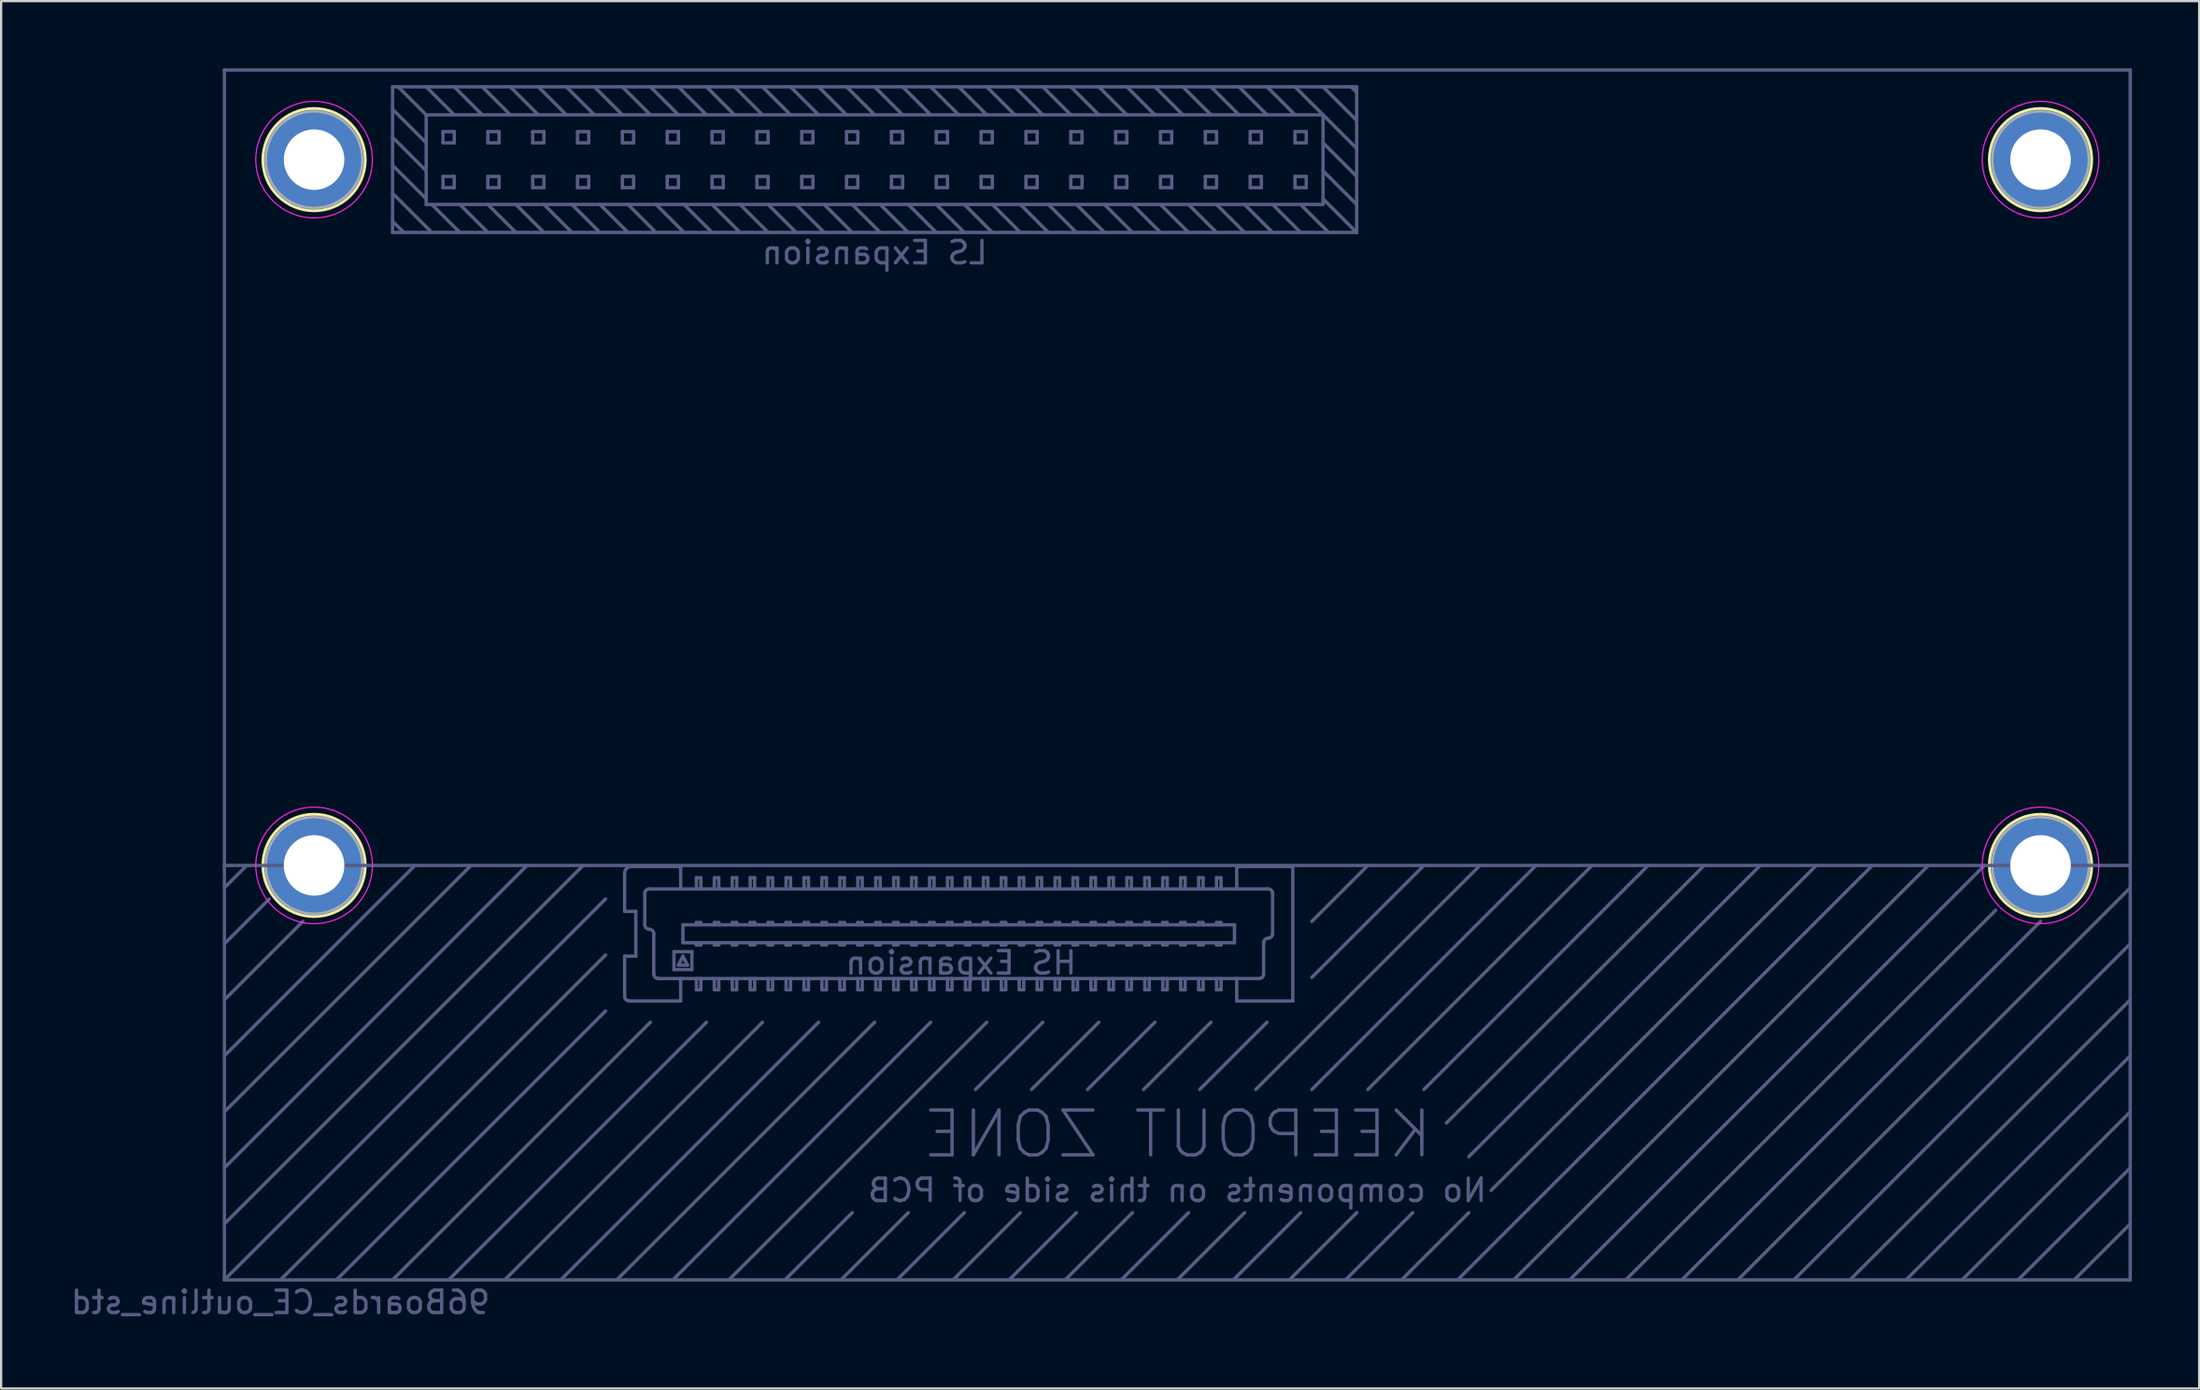
<source format=kicad_pcb>
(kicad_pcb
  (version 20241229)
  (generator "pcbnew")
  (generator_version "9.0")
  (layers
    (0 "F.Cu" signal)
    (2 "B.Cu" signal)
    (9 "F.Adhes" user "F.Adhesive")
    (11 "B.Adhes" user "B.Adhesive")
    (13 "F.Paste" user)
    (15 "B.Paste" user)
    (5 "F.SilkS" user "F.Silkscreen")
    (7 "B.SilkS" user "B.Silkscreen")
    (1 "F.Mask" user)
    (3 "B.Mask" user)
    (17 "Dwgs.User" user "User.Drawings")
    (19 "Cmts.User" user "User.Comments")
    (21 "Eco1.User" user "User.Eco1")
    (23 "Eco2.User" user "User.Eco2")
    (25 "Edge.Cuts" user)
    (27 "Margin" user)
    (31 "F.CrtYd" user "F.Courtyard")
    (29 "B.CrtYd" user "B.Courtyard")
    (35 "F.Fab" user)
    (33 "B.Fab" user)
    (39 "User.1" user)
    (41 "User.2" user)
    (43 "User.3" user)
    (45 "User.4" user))
  (footprint "96Boards_CE_outline_std"
    (layer "F.Cu")
    (at 6.958 54.075)
    (property "Reference" "96Boards_CE_outline_std" (at 2.5 1 0) (layer "B.Fab") (effects (font (size 1 1) (thickness 0.15)) (justify mirror)))
    (attr through_hole)
    (fp_circle (center 4 -50) (end 4 -52.286) (stroke (width 0.12) (type solid)) (fill no) (layer "F.SilkS"))
    (fp_circle (center 4 -18.5) (end 4 -20.786) (stroke (width 0.12) (type solid)) (fill no) (layer "F.SilkS"))
    (fp_circle (center 81 -50) (end 81 -52.286) (stroke (width 0.12) (type solid)) (fill no) (layer "F.SilkS"))
    (fp_circle (center 81 -18.5) (end 81 -20.786) (stroke (width 0.12) (type solid)) (fill no) (layer "F.SilkS"))
    (fp_circle (center 4 -50) (end 6.6 -50) (stroke (width 0.05) (type solid)) (fill no) (layer "F.CrtYd"))
    (fp_circle (center 4 -18.5) (end 6.6 -18.5) (stroke (width 0.05) (type solid)) (fill no) (layer "F.CrtYd"))
    (fp_circle (center 81 -50) (end 83.6 -50) (stroke (width 0.05) (type solid)) (fill no) (layer "F.CrtYd"))
    (fp_circle (center 81 -18.5) (end 83.6 -18.5) (stroke (width 0.05) (type solid)) (fill no) (layer "F.CrtYd"))
    (fp_line (start 0 -54) (end 85 -54) (stroke (width 0.15) (type solid)) (layer "B.Fab"))
    (fp_line (start 0 -18.5) (end 85 -18.5) (stroke (width 0.15) (type solid)) (layer "B.Fab"))
    (fp_line (start 0 -17.5) (end 1 -18.5) (stroke (width 0.15) (type solid)) (layer "B.Fab"))
    (fp_line (start 0 -15) (end 2 -17) (stroke (width 0.15) (type solid)) (layer "B.Fab"))
    (fp_line (start 0 -12.5) (end 3.5 -16) (stroke (width 0.15) (type solid)) (layer "B.Fab"))
    (fp_line (start 0 -10) (end 8.5 -18.5) (stroke (width 0.15) (type solid)) (layer "B.Fab"))
    (fp_line (start 0 -7.5) (end 11 -18.5) (stroke (width 0.15) (type solid)) (layer "B.Fab"))
    (fp_line (start 0 -5) (end 13.5 -18.5) (stroke (width 0.15) (type solid)) (layer "B.Fab"))
    (fp_line (start 0 -2.5) (end 16 -18.5) (stroke (width 0.15) (type solid)) (layer "B.Fab"))
    (fp_line (start 0 0) (end 0 -54) (stroke (width 0.15) (type solid)) (layer "B.Fab"))
    (fp_line (start 0 0) (end 17 -17) (stroke (width 0.15) (type solid)) (layer "B.Fab"))
    (fp_line (start 2.5 0) (end 17 -14.5) (stroke (width 0.15) (type solid)) (layer "B.Fab"))
    (fp_line (start 5 0) (end 17 -12) (stroke (width 0.15) (type solid)) (layer "B.Fab"))
    (fp_line (start 7.5 -53.25) (end 50.5 -53.25) (stroke (width 0.15) (type solid)) (layer "B.Fab"))
    (fp_line (start 7.5 -46.75) (end 7.5 -53.25) (stroke (width 0.15) (type solid)) (layer "B.Fab"))
    (fp_line (start 7.5 0) (end 19 -11.5) (stroke (width 0.15) (type solid)) (layer "B.Fab"))
    (fp_line (start 8 -46.75) (end 7.5 -47.25) (stroke (width 0.15) (type solid)) (layer "B.Fab"))
    (fp_line (start 9 -52) (end 7.75 -53.25) (stroke (width 0.15) (type solid)) (layer "B.Fab"))
    (fp_line (start 9 -52) (end 49 -52) (stroke (width 0.15) (type solid)) (layer "B.Fab"))
    (fp_line (start 9 -50.75) (end 7.5 -52.25) (stroke (width 0.15) (type solid)) (layer "B.Fab"))
    (fp_line (start 9 -49.5) (end 7.5 -51) (stroke (width 0.15) (type solid)) (layer "B.Fab"))
    (fp_line (start 9 -48.25) (end 7.5 -49.75) (stroke (width 0.15) (type solid)) (layer "B.Fab"))
    (fp_line (start 9 -48) (end 9 -52) (stroke (width 0.15) (type solid)) (layer "B.Fab"))
    (fp_line (start 9.25 -46.75) (end 7.5 -48.5) (stroke (width 0.15) (type solid)) (layer "B.Fab"))
    (fp_line (start 9.75 -51.25) (end 9.75 -50.75) (stroke (width 0.15) (type solid)) (layer "B.Fab"))
    (fp_line (start 9.75 -51.25) (end 10.25 -51.25) (stroke (width 0.15) (type solid)) (layer "B.Fab"))
    (fp_line (start 9.75 -49.25) (end 10.25 -49.25) (stroke (width 0.15) (type solid)) (layer "B.Fab"))
    (fp_line (start 9.75 -48.75) (end 9.75 -49.25) (stroke (width 0.15) (type solid)) (layer "B.Fab"))
    (fp_line (start 10 0) (end 21.5 -11.5) (stroke (width 0.15) (type solid)) (layer "B.Fab"))
    (fp_line (start 10.25 -52) (end 9 -53.25) (stroke (width 0.15) (type solid)) (layer "B.Fab"))
    (fp_line (start 10.25 -51.25) (end 10.25 -50.75) (stroke (width 0.15) (type solid)) (layer "B.Fab"))
    (fp_line (start 10.25 -50.75) (end 9.75 -50.75) (stroke (width 0.15) (type solid)) (layer "B.Fab"))
    (fp_line (start 10.25 -49.25) (end 10.25 -48.75) (stroke (width 0.15) (type solid)) (layer "B.Fab"))
    (fp_line (start 10.25 -48.75) (end 9.75 -48.75) (stroke (width 0.15) (type solid)) (layer "B.Fab"))
    (fp_line (start 10.5 -46.75) (end 9.25 -48) (stroke (width 0.15) (type solid)) (layer "B.Fab"))
    (fp_line (start 11.5 -52) (end 10.25 -53.25) (stroke (width 0.15) (type solid)) (layer "B.Fab"))
    (fp_line (start 11.75 -51.25) (end 11.75 -50.75) (stroke (width 0.15) (type solid)) (layer "B.Fab"))
    (fp_line (start 11.75 -51.25) (end 12.25 -51.25) (stroke (width 0.15) (type solid)) (layer "B.Fab"))
    (fp_line (start 11.75 -49.25) (end 12.25 -49.25) (stroke (width 0.15) (type solid)) (layer "B.Fab"))
    (fp_line (start 11.75 -48.75) (end 11.75 -49.25) (stroke (width 0.15) (type solid)) (layer "B.Fab"))
    (fp_line (start 11.75 -46.75) (end 10.5 -48) (stroke (width 0.15) (type solid)) (layer "B.Fab"))
    (fp_line (start 12.25 -51.25) (end 12.25 -50.75) (stroke (width 0.15) (type solid)) (layer "B.Fab"))
    (fp_line (start 12.25 -50.75) (end 11.75 -50.75) (stroke (width 0.15) (type solid)) (layer "B.Fab"))
    (fp_line (start 12.25 -49.25) (end 12.25 -48.75) (stroke (width 0.15) (type solid)) (layer "B.Fab"))
    (fp_line (start 12.25 -48.75) (end 11.75 -48.75) (stroke (width 0.15) (type solid)) (layer "B.Fab"))
    (fp_line (start 12.5 0) (end 24 -11.5) (stroke (width 0.15) (type solid)) (layer "B.Fab"))
    (fp_line (start 12.75 -52) (end 11.5 -53.25) (stroke (width 0.15) (type solid)) (layer "B.Fab"))
    (fp_line (start 13 -46.75) (end 11.75 -48) (stroke (width 0.15) (type solid)) (layer "B.Fab"))
    (fp_line (start 13.75 -51.25) (end 13.75 -50.75) (stroke (width 0.15) (type solid)) (layer "B.Fab"))
    (fp_line (start 13.75 -51.25) (end 14.25 -51.25) (stroke (width 0.15) (type solid)) (layer "B.Fab"))
    (fp_line (start 13.75 -49.25) (end 14.25 -49.25) (stroke (width 0.15) (type solid)) (layer "B.Fab"))
    (fp_line (start 13.75 -48.75) (end 13.75 -49.25) (stroke (width 0.15) (type solid)) (layer "B.Fab"))
    (fp_line (start 14 -52) (end 12.75 -53.25) (stroke (width 0.15) (type solid)) (layer "B.Fab"))
    (fp_line (start 14.25 -51.25) (end 14.25 -50.75) (stroke (width 0.15) (type solid)) (layer "B.Fab"))
    (fp_line (start 14.25 -50.75) (end 13.75 -50.75) (stroke (width 0.15) (type solid)) (layer "B.Fab"))
    (fp_line (start 14.25 -49.25) (end 14.25 -48.75) (stroke (width 0.15) (type solid)) (layer "B.Fab"))
    (fp_line (start 14.25 -48.75) (end 13.75 -48.75) (stroke (width 0.15) (type solid)) (layer "B.Fab"))
    (fp_line (start 14.25 -46.75) (end 13 -48) (stroke (width 0.15) (type solid)) (layer "B.Fab"))
    (fp_line (start 15 0) (end 26.5 -11.5) (stroke (width 0.15) (type solid)) (layer "B.Fab"))
    (fp_line (start 15.25 -52) (end 14 -53.25) (stroke (width 0.15) (type solid)) (layer "B.Fab"))
    (fp_line (start 15.5 -46.75) (end 14.25 -48) (stroke (width 0.15) (type solid)) (layer "B.Fab"))
    (fp_line (start 15.75 -51.25) (end 15.75 -50.75) (stroke (width 0.15) (type solid)) (layer "B.Fab"))
    (fp_line (start 15.75 -51.25) (end 16.25 -51.25) (stroke (width 0.15) (type solid)) (layer "B.Fab"))
    (fp_line (start 15.75 -49.25) (end 16.25 -49.25) (stroke (width 0.15) (type solid)) (layer "B.Fab"))
    (fp_line (start 15.75 -48.75) (end 15.75 -49.25) (stroke (width 0.15) (type solid)) (layer "B.Fab"))
    (fp_line (start 16.25 -51.25) (end 16.25 -50.75) (stroke (width 0.15) (type solid)) (layer "B.Fab"))
    (fp_line (start 16.25 -50.75) (end 15.75 -50.75) (stroke (width 0.15) (type solid)) (layer "B.Fab"))
    (fp_line (start 16.25 -49.25) (end 16.25 -48.75) (stroke (width 0.15) (type solid)) (layer "B.Fab"))
    (fp_line (start 16.25 -48.75) (end 15.75 -48.75) (stroke (width 0.15) (type solid)) (layer "B.Fab"))
    (fp_line (start 16.5 -52) (end 15.25 -53.25) (stroke (width 0.15) (type solid)) (layer "B.Fab"))
    (fp_line (start 16.75 -46.75) (end 15.5 -48) (stroke (width 0.15) (type solid)) (layer "B.Fab"))
    (fp_line (start 17.5 0) (end 29 -11.5) (stroke (width 0.15) (type solid)) (layer "B.Fab"))
    (fp_line (start 17.75 -52) (end 16.5 -53.25) (stroke (width 0.15) (type solid)) (layer "B.Fab"))
    (fp_line (start 17.75 -51.25) (end 17.75 -50.75) (stroke (width 0.15) (type solid)) (layer "B.Fab"))
    (fp_line (start 17.75 -51.25) (end 18.25 -51.25) (stroke (width 0.15) (type solid)) (layer "B.Fab"))
    (fp_line (start 17.75 -49.25) (end 18.25 -49.25) (stroke (width 0.15) (type solid)) (layer "B.Fab"))
    (fp_line (start 17.75 -48.75) (end 17.75 -49.25) (stroke (width 0.15) (type solid)) (layer "B.Fab"))
    (fp_line (start 17.85 -18.15) (end 17.85 -16.45) (stroke (width 0.15) (type solid)) (layer "B.Fab"))
    (fp_line (start 17.85 -16.45) (end 18.35 -16.45) (stroke (width 0.15) (type solid)) (layer "B.Fab"))
    (fp_line (start 17.85 -14.45) (end 17.85 -12.65) (stroke (width 0.15) (type solid)) (layer "B.Fab"))
    (fp_line (start 18 -46.75) (end 16.75 -48) (stroke (width 0.15) (type solid)) (layer "B.Fab"))
    (fp_line (start 18.05 -12.45) (end 20.35 -12.45) (stroke (width 0.15) (type solid)) (layer "B.Fab"))
    (fp_line (start 18.25 -51.25) (end 18.25 -50.75) (stroke (width 0.15) (type solid)) (layer "B.Fab"))
    (fp_line (start 18.25 -50.75) (end 17.75 -50.75) (stroke (width 0.15) (type solid)) (layer "B.Fab"))
    (fp_line (start 18.25 -49.25) (end 18.25 -48.75) (stroke (width 0.15) (type solid)) (layer "B.Fab"))
    (fp_line (start 18.25 -48.75) (end 17.75 -48.75) (stroke (width 0.15) (type solid)) (layer "B.Fab"))
    (fp_line (start 18.35 -16.45) (end 18.35 -14.45) (stroke (width 0.15) (type solid)) (layer "B.Fab"))
    (fp_line (start 18.35 -14.45) (end 17.85 -14.45) (stroke (width 0.15) (type solid)) (layer "B.Fab"))
    (fp_line (start 18.75 -15.85) (end 18.75 -17.25) (stroke (width 0.15) (type solid)) (layer "B.Fab"))
    (fp_line (start 18.95 -17.45) (end 46.55 -17.45) (stroke (width 0.15) (type solid)) (layer "B.Fab"))
    (fp_line (start 19 -52) (end 17.75 -53.25) (stroke (width 0.15) (type solid)) (layer "B.Fab"))
    (fp_line (start 19.15 -15.45) (end 19.15 -13.65) (stroke (width 0.15) (type solid)) (layer "B.Fab"))
    (fp_line (start 19.25 -46.75) (end 18 -48) (stroke (width 0.15) (type solid)) (layer "B.Fab"))
    (fp_line (start 19.35 -13.45) (end 46.15 -13.45) (stroke (width 0.15) (type solid)) (layer "B.Fab"))
    (fp_line (start 19.75 -51.25) (end 19.75 -50.75) (stroke (width 0.15) (type solid)) (layer "B.Fab"))
    (fp_line (start 19.75 -51.25) (end 20.25 -51.25) (stroke (width 0.15) (type solid)) (layer "B.Fab"))
    (fp_line (start 19.75 -49.25) (end 20.25 -49.25) (stroke (width 0.15) (type solid)) (layer "B.Fab"))
    (fp_line (start 19.75 -48.75) (end 19.75 -49.25) (stroke (width 0.15) (type solid)) (layer "B.Fab"))
    (fp_line (start 20 0) (end 31.5 -11.5) (stroke (width 0.15) (type solid)) (layer "B.Fab"))
    (fp_line (start 20.05 -14.65) (end 20.85 -14.65) (stroke (width 0.15) (type solid)) (layer "B.Fab"))
    (fp_line (start 20.05 -13.85) (end 20.05 -14.65) (stroke (width 0.15) (type solid)) (layer "B.Fab"))
    (fp_line (start 20.25 -52) (end 19 -53.25) (stroke (width 0.15) (type solid)) (layer "B.Fab"))
    (fp_line (start 20.25 -51.25) (end 20.25 -50.75) (stroke (width 0.15) (type solid)) (layer "B.Fab"))
    (fp_line (start 20.25 -50.75) (end 19.75 -50.75) (stroke (width 0.15) (type solid)) (layer "B.Fab"))
    (fp_line (start 20.25 -49.25) (end 20.25 -48.75) (stroke (width 0.15) (type solid)) (layer "B.Fab"))
    (fp_line (start 20.25 -48.75) (end 19.75 -48.75) (stroke (width 0.15) (type solid)) (layer "B.Fab"))
    (fp_line (start 20.25 -14.05) (end 20.65 -14.05) (stroke (width 0.15) (type solid)) (layer "B.Fab"))
    (fp_line (start 20.35 -18.45) (end 18.15 -18.45) (stroke (width 0.15) (type solid)) (layer "B.Fab"))
    (fp_line (start 20.35 -18.45) (end 20.35 -17.45) (stroke (width 0.15) (type solid)) (layer "B.Fab"))
    (fp_line (start 20.35 -12.45) (end 20.35 -13.45) (stroke (width 0.15) (type solid)) (layer "B.Fab"))
    (fp_line (start 20.45 -15.85) (end 20.45 -15.05) (stroke (width 0.15) (type solid)) (layer "B.Fab"))
    (fp_line (start 20.45 -15.05) (end 45.05 -15.05) (stroke (width 0.15) (type solid)) (layer "B.Fab"))
    (fp_line (start 20.45 -14.45) (end 20.25 -14.05) (stroke (width 0.15) (type solid)) (layer "B.Fab"))
    (fp_line (start 20.5 -46.75) (end 19.25 -48) (stroke (width 0.15) (type solid)) (layer "B.Fab"))
    (fp_line (start 20.65 -14.05) (end 20.45 -14.45) (stroke (width 0.15) (type solid)) (layer "B.Fab"))
    (fp_line (start 20.85 -14.65) (end 20.85 -13.85) (stroke (width 0.15) (type solid)) (layer "B.Fab"))
    (fp_line (start 20.85 -13.85) (end 20.05 -13.85) (stroke (width 0.15) (type solid)) (layer "B.Fab"))
    (fp_line (start 21.05 -17.95) (end 21.25 -17.95) (stroke (width 0.15) (type solid)) (layer "B.Fab"))
    (fp_line (start 21.05 -17.45) (end 21.05 -17.95) (stroke (width 0.15) (type solid)) (layer "B.Fab"))
    (fp_line (start 21.05 -15.95) (end 21.25 -15.95) (stroke (width 0.15) (type solid)) (layer "B.Fab"))
    (fp_line (start 21.05 -15.85) (end 21.05 -15.95) (stroke (width 0.15) (type solid)) (layer "B.Fab"))
    (fp_line (start 21.05 -15.05) (end 21.05 -14.95) (stroke (width 0.15) (type solid)) (layer "B.Fab"))
    (fp_line (start 21.05 -14.95) (end 21.25 -14.95) (stroke (width 0.15) (type solid)) (layer "B.Fab"))
    (fp_line (start 21.05 -13.45) (end 21.05 -12.95) (stroke (width 0.15) (type solid)) (layer "B.Fab"))
    (fp_line (start 21.05 -12.95) (end 21.25 -12.95) (stroke (width 0.15) (type solid)) (layer "B.Fab"))
    (fp_line (start 21.25 -17.95) (end 21.25 -17.45) (stroke (width 0.15) (type solid)) (layer "B.Fab"))
    (fp_line (start 21.25 -15.95) (end 21.25 -15.85) (stroke (width 0.15) (type solid)) (layer "B.Fab"))
    (fp_line (start 21.25 -14.95) (end 21.25 -15.05) (stroke (width 0.15) (type solid)) (layer "B.Fab"))
    (fp_line (start 21.25 -12.95) (end 21.25 -13.45) (stroke (width 0.15) (type solid)) (layer "B.Fab"))
    (fp_line (start 21.5 -52) (end 20.25 -53.25) (stroke (width 0.15) (type solid)) (layer "B.Fab"))
    (fp_line (start 21.75 -51.25) (end 21.75 -50.75) (stroke (width 0.15) (type solid)) (layer "B.Fab"))
    (fp_line (start 21.75 -51.25) (end 22.25 -51.25) (stroke (width 0.15) (type solid)) (layer "B.Fab"))
    (fp_line (start 21.75 -49.25) (end 22.25 -49.25) (stroke (width 0.15) (type solid)) (layer "B.Fab"))
    (fp_line (start 21.75 -48.75) (end 21.75 -49.25) (stroke (width 0.15) (type solid)) (layer "B.Fab"))
    (fp_line (start 21.75 -46.75) (end 20.5 -48) (stroke (width 0.15) (type solid)) (layer "B.Fab"))
    (fp_line (start 21.85 -17.95) (end 22.05 -17.95) (stroke (width 0.15) (type solid)) (layer "B.Fab"))
    (fp_line (start 21.85 -17.45) (end 21.85 -17.95) (stroke (width 0.15) (type solid)) (layer "B.Fab"))
    (fp_line (start 21.85 -15.95) (end 22.05 -15.95) (stroke (width 0.15) (type solid)) (layer "B.Fab"))
    (fp_line (start 21.85 -15.85) (end 21.85 -15.95) (stroke (width 0.15) (type solid)) (layer "B.Fab"))
    (fp_line (start 21.85 -15.05) (end 21.85 -14.95) (stroke (width 0.15) (type solid)) (layer "B.Fab"))
    (fp_line (start 21.85 -14.95) (end 22.05 -14.95) (stroke (width 0.15) (type solid)) (layer "B.Fab"))
    (fp_line (start 21.85 -13.45) (end 21.85 -12.95) (stroke (width 0.15) (type solid)) (layer "B.Fab"))
    (fp_line (start 21.85 -12.95) (end 22.05 -12.95) (stroke (width 0.15) (type solid)) (layer "B.Fab"))
    (fp_line (start 22.05 -17.95) (end 22.05 -17.45) (stroke (width 0.15) (type solid)) (layer "B.Fab"))
    (fp_line (start 22.05 -15.95) (end 22.05 -15.85) (stroke (width 0.15) (type solid)) (layer "B.Fab"))
    (fp_line (start 22.05 -14.95) (end 22.05 -15.05) (stroke (width 0.15) (type solid)) (layer "B.Fab"))
    (fp_line (start 22.05 -12.95) (end 22.05 -13.45) (stroke (width 0.15) (type solid)) (layer "B.Fab"))
    (fp_line (start 22.25 -51.25) (end 22.25 -50.75) (stroke (width 0.15) (type solid)) (layer "B.Fab"))
    (fp_line (start 22.25 -50.75) (end 21.75 -50.75) (stroke (width 0.15) (type solid)) (layer "B.Fab"))
    (fp_line (start 22.25 -49.25) (end 22.25 -48.75) (stroke (width 0.15) (type solid)) (layer "B.Fab"))
    (fp_line (start 22.25 -48.75) (end 21.75 -48.75) (stroke (width 0.15) (type solid)) (layer "B.Fab"))
    (fp_line (start 22.5 0) (end 34 -11.5) (stroke (width 0.15) (type solid)) (layer "B.Fab"))
    (fp_line (start 22.65 -17.95) (end 22.85 -17.95) (stroke (width 0.15) (type solid)) (layer "B.Fab"))
    (fp_line (start 22.65 -17.45) (end 22.65 -17.95) (stroke (width 0.15) (type solid)) (layer "B.Fab"))
    (fp_line (start 22.65 -15.95) (end 22.85 -15.95) (stroke (width 0.15) (type solid)) (layer "B.Fab"))
    (fp_line (start 22.65 -15.85) (end 22.65 -15.95) (stroke (width 0.15) (type solid)) (layer "B.Fab"))
    (fp_line (start 22.65 -15.05) (end 22.65 -14.95) (stroke (width 0.15) (type solid)) (layer "B.Fab"))
    (fp_line (start 22.65 -14.95) (end 22.85 -14.95) (stroke (width 0.15) (type solid)) (layer "B.Fab"))
    (fp_line (start 22.65 -13.45) (end 22.65 -12.95) (stroke (width 0.15) (type solid)) (layer "B.Fab"))
    (fp_line (start 22.65 -12.95) (end 22.85 -12.95) (stroke (width 0.15) (type solid)) (layer "B.Fab"))
    (fp_line (start 22.75 -52) (end 21.5 -53.25) (stroke (width 0.15) (type solid)) (layer "B.Fab"))
    (fp_line (start 22.85 -17.95) (end 22.85 -17.45) (stroke (width 0.15) (type solid)) (layer "B.Fab"))
    (fp_line (start 22.85 -15.95) (end 22.85 -15.85) (stroke (width 0.15) (type solid)) (layer "B.Fab"))
    (fp_line (start 22.85 -14.95) (end 22.85 -15.05) (stroke (width 0.15) (type solid)) (layer "B.Fab"))
    (fp_line (start 22.85 -12.95) (end 22.85 -13.45) (stroke (width 0.15) (type solid)) (layer "B.Fab"))
    (fp_line (start 23 -46.75) (end 21.75 -48) (stroke (width 0.15) (type solid)) (layer "B.Fab"))
    (fp_line (start 23.45 -17.95) (end 23.65 -17.95) (stroke (width 0.15) (type solid)) (layer "B.Fab"))
    (fp_line (start 23.45 -17.45) (end 23.45 -17.95) (stroke (width 0.15) (type solid)) (layer "B.Fab"))
    (fp_line (start 23.45 -15.95) (end 23.65 -15.95) (stroke (width 0.15) (type solid)) (layer "B.Fab"))
    (fp_line (start 23.45 -15.85) (end 23.45 -15.95) (stroke (width 0.15) (type solid)) (layer "B.Fab"))
    (fp_line (start 23.45 -15.05) (end 23.45 -14.95) (stroke (width 0.15) (type solid)) (layer "B.Fab"))
    (fp_line (start 23.45 -14.95) (end 23.65 -14.95) (stroke (width 0.15) (type solid)) (layer "B.Fab"))
    (fp_line (start 23.45 -13.45) (end 23.45 -12.95) (stroke (width 0.15) (type solid)) (layer "B.Fab"))
    (fp_line (start 23.45 -12.95) (end 23.65 -12.95) (stroke (width 0.15) (type solid)) (layer "B.Fab"))
    (fp_line (start 23.65 -17.95) (end 23.65 -17.45) (stroke (width 0.15) (type solid)) (layer "B.Fab"))
    (fp_line (start 23.65 -15.95) (end 23.65 -15.85) (stroke (width 0.15) (type solid)) (layer "B.Fab"))
    (fp_line (start 23.65 -14.95) (end 23.65 -15.05) (stroke (width 0.15) (type solid)) (layer "B.Fab"))
    (fp_line (start 23.65 -12.95) (end 23.65 -13.45) (stroke (width 0.15) (type solid)) (layer "B.Fab"))
    (fp_line (start 23.75 -51.25) (end 23.75 -50.75) (stroke (width 0.15) (type solid)) (layer "B.Fab"))
    (fp_line (start 23.75 -51.25) (end 24.25 -51.25) (stroke (width 0.15) (type solid)) (layer "B.Fab"))
    (fp_line (start 23.75 -49.25) (end 24.25 -49.25) (stroke (width 0.15) (type solid)) (layer "B.Fab"))
    (fp_line (start 23.75 -48.75) (end 23.75 -49.25) (stroke (width 0.15) (type solid)) (layer "B.Fab"))
    (fp_line (start 24 -52) (end 22.75 -53.25) (stroke (width 0.15) (type solid)) (layer "B.Fab"))
    (fp_line (start 24.25 -51.25) (end 24.25 -50.75) (stroke (width 0.15) (type solid)) (layer "B.Fab"))
    (fp_line (start 24.25 -50.75) (end 23.75 -50.75) (stroke (width 0.15) (type solid)) (layer "B.Fab"))
    (fp_line (start 24.25 -49.25) (end 24.25 -48.75) (stroke (width 0.15) (type solid)) (layer "B.Fab"))
    (fp_line (start 24.25 -48.75) (end 23.75 -48.75) (stroke (width 0.15) (type solid)) (layer "B.Fab"))
    (fp_line (start 24.25 -46.75) (end 23 -48) (stroke (width 0.15) (type solid)) (layer "B.Fab"))
    (fp_line (start 24.25 -17.95) (end 24.45 -17.95) (stroke (width 0.15) (type solid)) (layer "B.Fab"))
    (fp_line (start 24.25 -17.45) (end 24.25 -17.95) (stroke (width 0.15) (type solid)) (layer "B.Fab"))
    (fp_line (start 24.25 -15.95) (end 24.45 -15.95) (stroke (width 0.15) (type solid)) (layer "B.Fab"))
    (fp_line (start 24.25 -15.85) (end 24.25 -15.95) (stroke (width 0.15) (type solid)) (layer "B.Fab"))
    (fp_line (start 24.25 -15.05) (end 24.25 -14.95) (stroke (width 0.15) (type solid)) (layer "B.Fab"))
    (fp_line (start 24.25 -14.95) (end 24.45 -14.95) (stroke (width 0.15) (type solid)) (layer "B.Fab"))
    (fp_line (start 24.25 -13.45) (end 24.25 -12.95) (stroke (width 0.15) (type solid)) (layer "B.Fab"))
    (fp_line (start 24.25 -12.95) (end 24.45 -12.95) (stroke (width 0.15) (type solid)) (layer "B.Fab"))
    (fp_line (start 24.45 -17.95) (end 24.45 -17.45) (stroke (width 0.15) (type solid)) (layer "B.Fab"))
    (fp_line (start 24.45 -15.95) (end 24.45 -15.85) (stroke (width 0.15) (type solid)) (layer "B.Fab"))
    (fp_line (start 24.45 -14.95) (end 24.45 -15.05) (stroke (width 0.15) (type solid)) (layer "B.Fab"))
    (fp_line (start 24.45 -12.95) (end 24.45 -13.45) (stroke (width 0.15) (type solid)) (layer "B.Fab"))
    (fp_line (start 25 0) (end 28 -3) (stroke (width 0.15) (type solid)) (layer "B.Fab"))
    (fp_line (start 25.05 -17.95) (end 25.25 -17.95) (stroke (width 0.15) (type solid)) (layer "B.Fab"))
    (fp_line (start 25.05 -17.45) (end 25.05 -17.95) (stroke (width 0.15) (type solid)) (layer "B.Fab"))
    (fp_line (start 25.05 -15.95) (end 25.25 -15.95) (stroke (width 0.15) (type solid)) (layer "B.Fab"))
    (fp_line (start 25.05 -15.85) (end 25.05 -15.95) (stroke (width 0.15) (type solid)) (layer "B.Fab"))
    (fp_line (start 25.05 -15.05) (end 25.05 -14.95) (stroke (width 0.15) (type solid)) (layer "B.Fab"))
    (fp_line (start 25.05 -14.95) (end 25.25 -14.95) (stroke (width 0.15) (type solid)) (layer "B.Fab"))
    (fp_line (start 25.05 -13.45) (end 25.05 -12.95) (stroke (width 0.15) (type solid)) (layer "B.Fab"))
    (fp_line (start 25.05 -12.95) (end 25.25 -12.95) (stroke (width 0.15) (type solid)) (layer "B.Fab"))
    (fp_line (start 25.25 -52) (end 24 -53.25) (stroke (width 0.15) (type solid)) (layer "B.Fab"))
    (fp_line (start 25.25 -17.95) (end 25.25 -17.45) (stroke (width 0.15) (type solid)) (layer "B.Fab"))
    (fp_line (start 25.25 -15.95) (end 25.25 -15.85) (stroke (width 0.15) (type solid)) (layer "B.Fab"))
    (fp_line (start 25.25 -14.95) (end 25.25 -15.05) (stroke (width 0.15) (type solid)) (layer "B.Fab"))
    (fp_line (start 25.25 -12.95) (end 25.25 -13.45) (stroke (width 0.15) (type solid)) (layer "B.Fab"))
    (fp_line (start 25.5 -46.75) (end 24.25 -48) (stroke (width 0.15) (type solid)) (layer "B.Fab"))
    (fp_line (start 25.75 -51.25) (end 25.75 -50.75) (stroke (width 0.15) (type solid)) (layer "B.Fab"))
    (fp_line (start 25.75 -51.25) (end 26.25 -51.25) (stroke (width 0.15) (type solid)) (layer "B.Fab"))
    (fp_line (start 25.75 -49.25) (end 26.25 -49.25) (stroke (width 0.15) (type solid)) (layer "B.Fab"))
    (fp_line (start 25.75 -48.75) (end 25.75 -49.25) (stroke (width 0.15) (type solid)) (layer "B.Fab"))
    (fp_line (start 25.85 -17.95) (end 26.05 -17.95) (stroke (width 0.15) (type solid)) (layer "B.Fab"))
    (fp_line (start 25.85 -17.45) (end 25.85 -17.95) (stroke (width 0.15) (type solid)) (layer "B.Fab"))
    (fp_line (start 25.85 -15.95) (end 26.05 -15.95) (stroke (width 0.15) (type solid)) (layer "B.Fab"))
    (fp_line (start 25.85 -15.85) (end 25.85 -15.95) (stroke (width 0.15) (type solid)) (layer "B.Fab"))
    (fp_line (start 25.85 -15.05) (end 25.85 -14.95) (stroke (width 0.15) (type solid)) (layer "B.Fab"))
    (fp_line (start 25.85 -14.95) (end 26.05 -14.95) (stroke (width 0.15) (type solid)) (layer "B.Fab"))
    (fp_line (start 25.85 -13.45) (end 25.85 -12.95) (stroke (width 0.15) (type solid)) (layer "B.Fab"))
    (fp_line (start 25.85 -12.95) (end 26.05 -12.95) (stroke (width 0.15) (type solid)) (layer "B.Fab"))
    (fp_line (start 26.05 -17.95) (end 26.05 -17.45) (stroke (width 0.15) (type solid)) (layer "B.Fab"))
    (fp_line (start 26.05 -15.95) (end 26.05 -15.85) (stroke (width 0.15) (type solid)) (layer "B.Fab"))
    (fp_line (start 26.05 -14.95) (end 26.05 -15.05) (stroke (width 0.15) (type solid)) (layer "B.Fab"))
    (fp_line (start 26.05 -12.95) (end 26.05 -13.45) (stroke (width 0.15) (type solid)) (layer "B.Fab"))
    (fp_line (start 26.25 -51.25) (end 26.25 -50.75) (stroke (width 0.15) (type solid)) (layer "B.Fab"))
    (fp_line (start 26.25 -50.75) (end 25.75 -50.75) (stroke (width 0.15) (type solid)) (layer "B.Fab"))
    (fp_line (start 26.25 -49.25) (end 26.25 -48.75) (stroke (width 0.15) (type solid)) (layer "B.Fab"))
    (fp_line (start 26.25 -48.75) (end 25.75 -48.75) (stroke (width 0.15) (type solid)) (layer "B.Fab"))
    (fp_line (start 26.5 -52) (end 25.25 -53.25) (stroke (width 0.15) (type solid)) (layer "B.Fab"))
    (fp_line (start 26.65 -17.95) (end 26.85 -17.95) (stroke (width 0.15) (type solid)) (layer "B.Fab"))
    (fp_line (start 26.65 -17.45) (end 26.65 -17.95) (stroke (width 0.15) (type solid)) (layer "B.Fab"))
    (fp_line (start 26.65 -15.95) (end 26.85 -15.95) (stroke (width 0.15) (type solid)) (layer "B.Fab"))
    (fp_line (start 26.65 -15.85) (end 26.65 -15.95) (stroke (width 0.15) (type solid)) (layer "B.Fab"))
    (fp_line (start 26.65 -15.05) (end 26.65 -14.95) (stroke (width 0.15) (type solid)) (layer "B.Fab"))
    (fp_line (start 26.65 -14.95) (end 26.85 -14.95) (stroke (width 0.15) (type solid)) (layer "B.Fab"))
    (fp_line (start 26.65 -13.45) (end 26.65 -12.95) (stroke (width 0.15) (type solid)) (layer "B.Fab"))
    (fp_line (start 26.65 -12.95) (end 26.85 -12.95) (stroke (width 0.15) (type solid)) (layer "B.Fab"))
    (fp_line (start 26.75 -46.75) (end 25.5 -48) (stroke (width 0.15) (type solid)) (layer "B.Fab"))
    (fp_line (start 26.85 -17.95) (end 26.85 -17.45) (stroke (width 0.15) (type solid)) (layer "B.Fab"))
    (fp_line (start 26.85 -15.95) (end 26.85 -15.85) (stroke (width 0.15) (type solid)) (layer "B.Fab"))
    (fp_line (start 26.85 -14.95) (end 26.85 -15.05) (stroke (width 0.15) (type solid)) (layer "B.Fab"))
    (fp_line (start 26.85 -12.95) (end 26.85 -13.45) (stroke (width 0.15) (type solid)) (layer "B.Fab"))
    (fp_line (start 27.45 -17.95) (end 27.65 -17.95) (stroke (width 0.15) (type solid)) (layer "B.Fab"))
    (fp_line (start 27.45 -17.45) (end 27.45 -17.95) (stroke (width 0.15) (type solid)) (layer "B.Fab"))
    (fp_line (start 27.45 -15.95) (end 27.65 -15.95) (stroke (width 0.15) (type solid)) (layer "B.Fab"))
    (fp_line (start 27.45 -15.85) (end 27.45 -15.95) (stroke (width 0.15) (type solid)) (layer "B.Fab"))
    (fp_line (start 27.45 -15.05) (end 27.45 -14.95) (stroke (width 0.15) (type solid)) (layer "B.Fab"))
    (fp_line (start 27.45 -14.95) (end 27.65 -14.95) (stroke (width 0.15) (type solid)) (layer "B.Fab"))
    (fp_line (start 27.45 -13.45) (end 27.45 -12.95) (stroke (width 0.15) (type solid)) (layer "B.Fab"))
    (fp_line (start 27.45 -12.95) (end 27.65 -12.95) (stroke (width 0.15) (type solid)) (layer "B.Fab"))
    (fp_line (start 27.5 0) (end 30.5 -3) (stroke (width 0.15) (type solid)) (layer "B.Fab"))
    (fp_line (start 27.65 -17.95) (end 27.65 -17.45) (stroke (width 0.15) (type solid)) (layer "B.Fab"))
    (fp_line (start 27.65 -15.95) (end 27.65 -15.85) (stroke (width 0.15) (type solid)) (layer "B.Fab"))
    (fp_line (start 27.65 -14.95) (end 27.65 -15.05) (stroke (width 0.15) (type solid)) (layer "B.Fab"))
    (fp_line (start 27.65 -12.95) (end 27.65 -13.45) (stroke (width 0.15) (type solid)) (layer "B.Fab"))
    (fp_line (start 27.75 -52) (end 26.5 -53.25) (stroke (width 0.15) (type solid)) (layer "B.Fab"))
    (fp_line (start 27.75 -51.25) (end 27.75 -50.75) (stroke (width 0.15) (type solid)) (layer "B.Fab"))
    (fp_line (start 27.75 -51.25) (end 28.25 -51.25) (stroke (width 0.15) (type solid)) (layer "B.Fab"))
    (fp_line (start 27.75 -49.25) (end 28.25 -49.25) (stroke (width 0.15) (type solid)) (layer "B.Fab"))
    (fp_line (start 27.75 -48.75) (end 27.75 -49.25) (stroke (width 0.15) (type solid)) (layer "B.Fab"))
    (fp_line (start 28 -46.75) (end 26.75 -48) (stroke (width 0.15) (type solid)) (layer "B.Fab"))
    (fp_line (start 28.25 -51.25) (end 28.25 -50.75) (stroke (width 0.15) (type solid)) (layer "B.Fab"))
    (fp_line (start 28.25 -50.75) (end 27.75 -50.75) (stroke (width 0.15) (type solid)) (layer "B.Fab"))
    (fp_line (start 28.25 -49.25) (end 28.25 -48.75) (stroke (width 0.15) (type solid)) (layer "B.Fab"))
    (fp_line (start 28.25 -48.75) (end 27.75 -48.75) (stroke (width 0.15) (type solid)) (layer "B.Fab"))
    (fp_line (start 28.25 -17.95) (end 28.45 -17.95) (stroke (width 0.15) (type solid)) (layer "B.Fab"))
    (fp_line (start 28.25 -17.45) (end 28.25 -17.95) (stroke (width 0.15) (type solid)) (layer "B.Fab"))
    (fp_line (start 28.25 -15.95) (end 28.45 -15.95) (stroke (width 0.15) (type solid)) (layer "B.Fab"))
    (fp_line (start 28.25 -15.85) (end 28.25 -15.95) (stroke (width 0.15) (type solid)) (layer "B.Fab"))
    (fp_line (start 28.25 -15.05) (end 28.25 -14.95) (stroke (width 0.15) (type solid)) (layer "B.Fab"))
    (fp_line (start 28.25 -14.95) (end 28.45 -14.95) (stroke (width 0.15) (type solid)) (layer "B.Fab"))
    (fp_line (start 28.25 -13.45) (end 28.25 -12.95) (stroke (width 0.15) (type solid)) (layer "B.Fab"))
    (fp_line (start 28.25 -12.95) (end 28.45 -12.95) (stroke (width 0.15) (type solid)) (layer "B.Fab"))
    (fp_line (start 28.45 -17.95) (end 28.45 -17.45) (stroke (width 0.15) (type solid)) (layer "B.Fab"))
    (fp_line (start 28.45 -15.95) (end 28.45 -15.85) (stroke (width 0.15) (type solid)) (layer "B.Fab"))
    (fp_line (start 28.45 -14.95) (end 28.45 -15.05) (stroke (width 0.15) (type solid)) (layer "B.Fab"))
    (fp_line (start 28.45 -12.95) (end 28.45 -13.45) (stroke (width 0.15) (type solid)) (layer "B.Fab"))
    (fp_line (start 29 -52) (end 27.75 -53.25) (stroke (width 0.15) (type solid)) (layer "B.Fab"))
    (fp_line (start 29.05 -17.95) (end 29.25 -17.95) (stroke (width 0.15) (type solid)) (layer "B.Fab"))
    (fp_line (start 29.05 -17.45) (end 29.05 -17.95) (stroke (width 0.15) (type solid)) (layer "B.Fab"))
    (fp_line (start 29.05 -15.95) (end 29.25 -15.95) (stroke (width 0.15) (type solid)) (layer "B.Fab"))
    (fp_line (start 29.05 -15.85) (end 29.05 -15.95) (stroke (width 0.15) (type solid)) (layer "B.Fab"))
    (fp_line (start 29.05 -15.05) (end 29.05 -14.95) (stroke (width 0.15) (type solid)) (layer "B.Fab"))
    (fp_line (start 29.05 -14.95) (end 29.25 -14.95) (stroke (width 0.15) (type solid)) (layer "B.Fab"))
    (fp_line (start 29.05 -13.45) (end 29.05 -12.95) (stroke (width 0.15) (type solid)) (layer "B.Fab"))
    (fp_line (start 29.05 -12.95) (end 29.25 -12.95) (stroke (width 0.15) (type solid)) (layer "B.Fab"))
    (fp_line (start 29.25 -46.75) (end 28 -48) (stroke (width 0.15) (type solid)) (layer "B.Fab"))
    (fp_line (start 29.25 -17.95) (end 29.25 -17.45) (stroke (width 0.15) (type solid)) (layer "B.Fab"))
    (fp_line (start 29.25 -15.95) (end 29.25 -15.85) (stroke (width 0.15) (type solid)) (layer "B.Fab"))
    (fp_line (start 29.25 -14.95) (end 29.25 -15.05) (stroke (width 0.15) (type solid)) (layer "B.Fab"))
    (fp_line (start 29.25 -12.95) (end 29.25 -13.45) (stroke (width 0.15) (type solid)) (layer "B.Fab"))
    (fp_line (start 29.75 -51.25) (end 29.75 -50.75) (stroke (width 0.15) (type solid)) (layer "B.Fab"))
    (fp_line (start 29.75 -51.25) (end 30.25 -51.25) (stroke (width 0.15) (type solid)) (layer "B.Fab"))
    (fp_line (start 29.75 -49.25) (end 30.25 -49.25) (stroke (width 0.15) (type solid)) (layer "B.Fab"))
    (fp_line (start 29.75 -48.75) (end 29.75 -49.25) (stroke (width 0.15) (type solid)) (layer "B.Fab"))
    (fp_line (start 29.85 -17.95) (end 30.05 -17.95) (stroke (width 0.15) (type solid)) (layer "B.Fab"))
    (fp_line (start 29.85 -17.45) (end 29.85 -17.95) (stroke (width 0.15) (type solid)) (layer "B.Fab"))
    (fp_line (start 29.85 -15.95) (end 30.05 -15.95) (stroke (width 0.15) (type solid)) (layer "B.Fab"))
    (fp_line (start 29.85 -15.85) (end 29.85 -15.95) (stroke (width 0.15) (type solid)) (layer "B.Fab"))
    (fp_line (start 29.85 -15.05) (end 29.85 -14.95) (stroke (width 0.15) (type solid)) (layer "B.Fab"))
    (fp_line (start 29.85 -14.95) (end 30.05 -14.95) (stroke (width 0.15) (type solid)) (layer "B.Fab"))
    (fp_line (start 29.85 -13.45) (end 29.85 -12.95) (stroke (width 0.15) (type solid)) (layer "B.Fab"))
    (fp_line (start 29.85 -12.95) (end 30.05 -12.95) (stroke (width 0.15) (type solid)) (layer "B.Fab"))
    (fp_line (start 30 0) (end 33 -3) (stroke (width 0.15) (type solid)) (layer "B.Fab"))
    (fp_line (start 30.05 -17.95) (end 30.05 -17.45) (stroke (width 0.15) (type solid)) (layer "B.Fab"))
    (fp_line (start 30.05 -15.95) (end 30.05 -15.85) (stroke (width 0.15) (type solid)) (layer "B.Fab"))
    (fp_line (start 30.05 -14.95) (end 30.05 -15.05) (stroke (width 0.15) (type solid)) (layer "B.Fab"))
    (fp_line (start 30.05 -12.95) (end 30.05 -13.45) (stroke (width 0.15) (type solid)) (layer "B.Fab"))
    (fp_line (start 30.25 -52) (end 29 -53.25) (stroke (width 0.15) (type solid)) (layer "B.Fab"))
    (fp_line (start 30.25 -51.25) (end 30.25 -50.75) (stroke (width 0.15) (type solid)) (layer "B.Fab"))
    (fp_line (start 30.25 -50.75) (end 29.75 -50.75) (stroke (width 0.15) (type solid)) (layer "B.Fab"))
    (fp_line (start 30.25 -49.25) (end 30.25 -48.75) (stroke (width 0.15) (type solid)) (layer "B.Fab"))
    (fp_line (start 30.25 -48.75) (end 29.75 -48.75) (stroke (width 0.15) (type solid)) (layer "B.Fab"))
    (fp_line (start 30.5 -46.75) (end 29.25 -48) (stroke (width 0.15) (type solid)) (layer "B.Fab"))
    (fp_line (start 30.65 -17.95) (end 30.85 -17.95) (stroke (width 0.15) (type solid)) (layer "B.Fab"))
    (fp_line (start 30.65 -17.45) (end 30.65 -17.95) (stroke (width 0.15) (type solid)) (layer "B.Fab"))
    (fp_line (start 30.65 -15.95) (end 30.85 -15.95) (stroke (width 0.15) (type solid)) (layer "B.Fab"))
    (fp_line (start 30.65 -15.85) (end 30.65 -15.95) (stroke (width 0.15) (type solid)) (layer "B.Fab"))
    (fp_line (start 30.65 -15.05) (end 30.65 -14.95) (stroke (width 0.15) (type solid)) (layer "B.Fab"))
    (fp_line (start 30.65 -14.95) (end 30.85 -14.95) (stroke (width 0.15) (type solid)) (layer "B.Fab"))
    (fp_line (start 30.65 -13.45) (end 30.65 -12.95) (stroke (width 0.15) (type solid)) (layer "B.Fab"))
    (fp_line (start 30.65 -12.95) (end 30.85 -12.95) (stroke (width 0.15) (type solid)) (layer "B.Fab"))
    (fp_line (start 30.85 -17.95) (end 30.85 -17.45) (stroke (width 0.15) (type solid)) (layer "B.Fab"))
    (fp_line (start 30.85 -15.95) (end 30.85 -15.85) (stroke (width 0.15) (type solid)) (layer "B.Fab"))
    (fp_line (start 30.85 -14.95) (end 30.85 -15.05) (stroke (width 0.15) (type solid)) (layer "B.Fab"))
    (fp_line (start 30.85 -12.95) (end 30.85 -13.45) (stroke (width 0.15) (type solid)) (layer "B.Fab"))
    (fp_line (start 31.45 -17.95) (end 31.65 -17.95) (stroke (width 0.15) (type solid)) (layer "B.Fab"))
    (fp_line (start 31.45 -17.45) (end 31.45 -17.95) (stroke (width 0.15) (type solid)) (layer "B.Fab"))
    (fp_line (start 31.45 -15.95) (end 31.65 -15.95) (stroke (width 0.15) (type solid)) (layer "B.Fab"))
    (fp_line (start 31.45 -15.85) (end 31.45 -15.95) (stroke (width 0.15) (type solid)) (layer "B.Fab"))
    (fp_line (start 31.45 -15.05) (end 31.45 -14.95) (stroke (width 0.15) (type solid)) (layer "B.Fab"))
    (fp_line (start 31.45 -14.95) (end 31.65 -14.95) (stroke (width 0.15) (type solid)) (layer "B.Fab"))
    (fp_line (start 31.45 -13.45) (end 31.45 -12.95) (stroke (width 0.15) (type solid)) (layer "B.Fab"))
    (fp_line (start 31.45 -12.95) (end 31.65 -12.95) (stroke (width 0.15) (type solid)) (layer "B.Fab"))
    (fp_line (start 31.5 -52) (end 30.25 -53.25) (stroke (width 0.15) (type solid)) (layer "B.Fab"))
    (fp_line (start 31.65 -17.95) (end 31.65 -17.45) (stroke (width 0.15) (type solid)) (layer "B.Fab"))
    (fp_line (start 31.65 -15.95) (end 31.65 -15.85) (stroke (width 0.15) (type solid)) (layer "B.Fab"))
    (fp_line (start 31.65 -14.95) (end 31.65 -15.05) (stroke (width 0.15) (type solid)) (layer "B.Fab"))
    (fp_line (start 31.65 -12.95) (end 31.65 -13.45) (stroke (width 0.15) (type solid)) (layer "B.Fab"))
    (fp_line (start 31.75 -51.25) (end 31.75 -50.75) (stroke (width 0.15) (type solid)) (layer "B.Fab"))
    (fp_line (start 31.75 -51.25) (end 32.25 -51.25) (stroke (width 0.15) (type solid)) (layer "B.Fab"))
    (fp_line (start 31.75 -49.25) (end 32.25 -49.25) (stroke (width 0.15) (type solid)) (layer "B.Fab"))
    (fp_line (start 31.75 -48.75) (end 31.75 -49.25) (stroke (width 0.15) (type solid)) (layer "B.Fab"))
    (fp_line (start 31.75 -46.75) (end 30.5 -48) (stroke (width 0.15) (type solid)) (layer "B.Fab"))
    (fp_line (start 32.25 -51.25) (end 32.25 -50.75) (stroke (width 0.15) (type solid)) (layer "B.Fab"))
    (fp_line (start 32.25 -50.75) (end 31.75 -50.75) (stroke (width 0.15) (type solid)) (layer "B.Fab"))
    (fp_line (start 32.25 -49.25) (end 32.25 -48.75) (stroke (width 0.15) (type solid)) (layer "B.Fab"))
    (fp_line (start 32.25 -48.75) (end 31.75 -48.75) (stroke (width 0.15) (type solid)) (layer "B.Fab"))
    (fp_line (start 32.25 -17.95) (end 32.45 -17.95) (stroke (width 0.15) (type solid)) (layer "B.Fab"))
    (fp_line (start 32.25 -17.45) (end 32.25 -17.95) (stroke (width 0.15) (type solid)) (layer "B.Fab"))
    (fp_line (start 32.25 -15.95) (end 32.45 -15.95) (stroke (width 0.15) (type solid)) (layer "B.Fab"))
    (fp_line (start 32.25 -15.85) (end 32.25 -15.95) (stroke (width 0.15) (type solid)) (layer "B.Fab"))
    (fp_line (start 32.25 -15.05) (end 32.25 -14.95) (stroke (width 0.15) (type solid)) (layer "B.Fab"))
    (fp_line (start 32.25 -14.95) (end 32.45 -14.95) (stroke (width 0.15) (type solid)) (layer "B.Fab"))
    (fp_line (start 32.25 -13.45) (end 32.25 -12.95) (stroke (width 0.15) (type solid)) (layer "B.Fab"))
    (fp_line (start 32.25 -12.95) (end 32.45 -12.95) (stroke (width 0.15) (type solid)) (layer "B.Fab"))
    (fp_line (start 32.45 -17.95) (end 32.45 -17.45) (stroke (width 0.15) (type solid)) (layer "B.Fab"))
    (fp_line (start 32.45 -15.95) (end 32.45 -15.85) (stroke (width 0.15) (type solid)) (layer "B.Fab"))
    (fp_line (start 32.45 -14.95) (end 32.45 -15.05) (stroke (width 0.15) (type solid)) (layer "B.Fab"))
    (fp_line (start 32.45 -12.95) (end 32.45 -13.45) (stroke (width 0.15) (type solid)) (layer "B.Fab"))
    (fp_line (start 32.5 0) (end 35.5 -3) (stroke (width 0.15) (type solid)) (layer "B.Fab"))
    (fp_line (start 32.75 -52) (end 31.5 -53.25) (stroke (width 0.15) (type solid)) (layer "B.Fab"))
    (fp_line (start 33 -46.75) (end 31.75 -48) (stroke (width 0.15) (type solid)) (layer "B.Fab"))
    (fp_line (start 33.05 -17.95) (end 33.25 -17.95) (stroke (width 0.15) (type solid)) (layer "B.Fab"))
    (fp_line (start 33.05 -17.45) (end 33.05 -17.95) (stroke (width 0.15) (type solid)) (layer "B.Fab"))
    (fp_line (start 33.05 -15.95) (end 33.25 -15.95) (stroke (width 0.15) (type solid)) (layer "B.Fab"))
    (fp_line (start 33.05 -15.85) (end 33.05 -15.95) (stroke (width 0.15) (type solid)) (layer "B.Fab"))
    (fp_line (start 33.05 -15.05) (end 33.05 -14.95) (stroke (width 0.15) (type solid)) (layer "B.Fab"))
    (fp_line (start 33.05 -14.95) (end 33.25 -14.95) (stroke (width 0.15) (type solid)) (layer "B.Fab"))
    (fp_line (start 33.05 -13.45) (end 33.05 -12.95) (stroke (width 0.15) (type solid)) (layer "B.Fab"))
    (fp_line (start 33.05 -12.95) (end 33.25 -12.95) (stroke (width 0.15) (type solid)) (layer "B.Fab"))
    (fp_line (start 33.25 -17.95) (end 33.25 -17.45) (stroke (width 0.15) (type solid)) (layer "B.Fab"))
    (fp_line (start 33.25 -15.95) (end 33.25 -15.85) (stroke (width 0.15) (type solid)) (layer "B.Fab"))
    (fp_line (start 33.25 -14.95) (end 33.25 -15.05) (stroke (width 0.15) (type solid)) (layer "B.Fab"))
    (fp_line (start 33.25 -12.95) (end 33.25 -13.45) (stroke (width 0.15) (type solid)) (layer "B.Fab"))
    (fp_line (start 33.5 -8.5) (end 36.5 -11.5) (stroke (width 0.15) (type solid)) (layer "B.Fab"))
    (fp_line (start 33.75 -51.25) (end 33.75 -50.75) (stroke (width 0.15) (type solid)) (layer "B.Fab"))
    (fp_line (start 33.75 -51.25) (end 34.25 -51.25) (stroke (width 0.15) (type solid)) (layer "B.Fab"))
    (fp_line (start 33.75 -49.25) (end 34.25 -49.25) (stroke (width 0.15) (type solid)) (layer "B.Fab"))
    (fp_line (start 33.75 -48.75) (end 33.75 -49.25) (stroke (width 0.15) (type solid)) (layer "B.Fab"))
    (fp_line (start 33.85 -17.95) (end 34.05 -17.95) (stroke (width 0.15) (type solid)) (layer "B.Fab"))
    (fp_line (start 33.85 -17.45) (end 33.85 -17.95) (stroke (width 0.15) (type solid)) (layer "B.Fab"))
    (fp_line (start 33.85 -15.95) (end 34.05 -15.95) (stroke (width 0.15) (type solid)) (layer "B.Fab"))
    (fp_line (start 33.85 -15.85) (end 33.85 -15.95) (stroke (width 0.15) (type solid)) (layer "B.Fab"))
    (fp_line (start 33.85 -15.05) (end 33.85 -14.95) (stroke (width 0.15) (type solid)) (layer "B.Fab"))
    (fp_line (start 33.85 -14.95) (end 34.05 -14.95) (stroke (width 0.15) (type solid)) (layer "B.Fab"))
    (fp_line (start 33.85 -13.45) (end 33.85 -12.95) (stroke (width 0.15) (type solid)) (layer "B.Fab"))
    (fp_line (start 33.85 -12.95) (end 34.05 -12.95) (stroke (width 0.15) (type solid)) (layer "B.Fab"))
    (fp_line (start 34 -52) (end 32.75 -53.25) (stroke (width 0.15) (type solid)) (layer "B.Fab"))
    (fp_line (start 34.05 -17.95) (end 34.05 -17.45) (stroke (width 0.15) (type solid)) (layer "B.Fab"))
    (fp_line (start 34.05 -15.95) (end 34.05 -15.85) (stroke (width 0.15) (type solid)) (layer "B.Fab"))
    (fp_line (start 34.05 -14.95) (end 34.05 -15.05) (stroke (width 0.15) (type solid)) (layer "B.Fab"))
    (fp_line (start 34.05 -12.95) (end 34.05 -13.45) (stroke (width 0.15) (type solid)) (layer "B.Fab"))
    (fp_line (start 34.25 -51.25) (end 34.25 -50.75) (stroke (width 0.15) (type solid)) (layer "B.Fab"))
    (fp_line (start 34.25 -50.75) (end 33.75 -50.75) (stroke (width 0.15) (type solid)) (layer "B.Fab"))
    (fp_line (start 34.25 -49.25) (end 34.25 -48.75) (stroke (width 0.15) (type solid)) (layer "B.Fab"))
    (fp_line (start 34.25 -48.75) (end 33.75 -48.75) (stroke (width 0.15) (type solid)) (layer "B.Fab"))
    (fp_line (start 34.25 -46.75) (end 33 -48) (stroke (width 0.15) (type solid)) (layer "B.Fab"))
    (fp_line (start 34.65 -17.95) (end 34.85 -17.95) (stroke (width 0.15) (type solid)) (layer "B.Fab"))
    (fp_line (start 34.65 -17.45) (end 34.65 -17.95) (stroke (width 0.15) (type solid)) (layer "B.Fab"))
    (fp_line (start 34.65 -15.95) (end 34.85 -15.95) (stroke (width 0.15) (type solid)) (layer "B.Fab"))
    (fp_line (start 34.65 -15.85) (end 34.65 -15.95) (stroke (width 0.15) (type solid)) (layer "B.Fab"))
    (fp_line (start 34.65 -15.05) (end 34.65 -14.95) (stroke (width 0.15) (type solid)) (layer "B.Fab"))
    (fp_line (start 34.65 -14.95) (end 34.85 -14.95) (stroke (width 0.15) (type solid)) (layer "B.Fab"))
    (fp_line (start 34.65 -13.45) (end 34.65 -12.95) (stroke (width 0.15) (type solid)) (layer "B.Fab"))
    (fp_line (start 34.65 -12.95) (end 34.85 -12.95) (stroke (width 0.15) (type solid)) (layer "B.Fab"))
    (fp_line (start 34.85 -17.95) (end 34.85 -17.45) (stroke (width 0.15) (type solid)) (layer "B.Fab"))
    (fp_line (start 34.85 -15.95) (end 34.85 -15.85) (stroke (width 0.15) (type solid)) (layer "B.Fab"))
    (fp_line (start 34.85 -14.95) (end 34.85 -15.05) (stroke (width 0.15) (type solid)) (layer "B.Fab"))
    (fp_line (start 34.85 -12.95) (end 34.85 -13.45) (stroke (width 0.15) (type solid)) (layer "B.Fab"))
    (fp_line (start 35 0) (end 38 -3) (stroke (width 0.15) (type solid)) (layer "B.Fab"))
    (fp_line (start 35.25 -52) (end 34 -53.25) (stroke (width 0.15) (type solid)) (layer "B.Fab"))
    (fp_line (start 35.45 -17.95) (end 35.65 -17.95) (stroke (width 0.15) (type solid)) (layer "B.Fab"))
    (fp_line (start 35.45 -17.45) (end 35.45 -17.95) (stroke (width 0.15) (type solid)) (layer "B.Fab"))
    (fp_line (start 35.45 -15.95) (end 35.65 -15.95) (stroke (width 0.15) (type solid)) (layer "B.Fab"))
    (fp_line (start 35.45 -15.85) (end 35.45 -15.95) (stroke (width 0.15) (type solid)) (layer "B.Fab"))
    (fp_line (start 35.45 -15.05) (end 35.45 -14.95) (stroke (width 0.15) (type solid)) (layer "B.Fab"))
    (fp_line (start 35.45 -14.95) (end 35.65 -14.95) (stroke (width 0.15) (type solid)) (layer "B.Fab"))
    (fp_line (start 35.45 -13.45) (end 35.45 -12.95) (stroke (width 0.15) (type solid)) (layer "B.Fab"))
    (fp_line (start 35.45 -12.95) (end 35.65 -12.95) (stroke (width 0.15) (type solid)) (layer "B.Fab"))
    (fp_line (start 35.5 -46.75) (end 34.25 -48) (stroke (width 0.15) (type solid)) (layer "B.Fab"))
    (fp_line (start 35.65 -17.95) (end 35.65 -17.45) (stroke (width 0.15) (type solid)) (layer "B.Fab"))
    (fp_line (start 35.65 -15.95) (end 35.65 -15.85) (stroke (width 0.15) (type solid)) (layer "B.Fab"))
    (fp_line (start 35.65 -14.95) (end 35.65 -15.05) (stroke (width 0.15) (type solid)) (layer "B.Fab"))
    (fp_line (start 35.65 -12.95) (end 35.65 -13.45) (stroke (width 0.15) (type solid)) (layer "B.Fab"))
    (fp_line (start 35.75 -51.25) (end 35.75 -50.75) (stroke (width 0.15) (type solid)) (layer "B.Fab"))
    (fp_line (start 35.75 -51.25) (end 36.25 -51.25) (stroke (width 0.15) (type solid)) (layer "B.Fab"))
    (fp_line (start 35.75 -49.25) (end 36.25 -49.25) (stroke (width 0.15) (type solid)) (layer "B.Fab"))
    (fp_line (start 35.75 -48.75) (end 35.75 -49.25) (stroke (width 0.15) (type solid)) (layer "B.Fab"))
    (fp_line (start 36 -8.5) (end 39 -11.5) (stroke (width 0.15) (type solid)) (layer "B.Fab"))
    (fp_line (start 36.25 -51.25) (end 36.25 -50.75) (stroke (width 0.15) (type solid)) (layer "B.Fab"))
    (fp_line (start 36.25 -50.75) (end 35.75 -50.75) (stroke (width 0.15) (type solid)) (layer "B.Fab"))
    (fp_line (start 36.25 -49.25) (end 36.25 -48.75) (stroke (width 0.15) (type solid)) (layer "B.Fab"))
    (fp_line (start 36.25 -48.75) (end 35.75 -48.75) (stroke (width 0.15) (type solid)) (layer "B.Fab"))
    (fp_line (start 36.25 -17.95) (end 36.45 -17.95) (stroke (width 0.15) (type solid)) (layer "B.Fab"))
    (fp_line (start 36.25 -17.45) (end 36.25 -17.95) (stroke (width 0.15) (type solid)) (layer "B.Fab"))
    (fp_line (start 36.25 -15.95) (end 36.45 -15.95) (stroke (width 0.15) (type solid)) (layer "B.Fab"))
    (fp_line (start 36.25 -15.85) (end 36.25 -15.95) (stroke (width 0.15) (type solid)) (layer "B.Fab"))
    (fp_line (start 36.25 -15.05) (end 36.25 -14.95) (stroke (width 0.15) (type solid)) (layer "B.Fab"))
    (fp_line (start 36.25 -14.95) (end 36.45 -14.95) (stroke (width 0.15) (type solid)) (layer "B.Fab"))
    (fp_line (start 36.25 -13.45) (end 36.25 -12.95) (stroke (width 0.15) (type solid)) (layer "B.Fab"))
    (fp_line (start 36.25 -12.95) (end 36.45 -12.95) (stroke (width 0.15) (type solid)) (layer "B.Fab"))
    (fp_line (start 36.45 -17.95) (end 36.45 -17.45) (stroke (width 0.15) (type solid)) (layer "B.Fab"))
    (fp_line (start 36.45 -15.95) (end 36.45 -15.85) (stroke (width 0.15) (type solid)) (layer "B.Fab"))
    (fp_line (start 36.45 -14.95) (end 36.45 -15.05) (stroke (width 0.15) (type solid)) (layer "B.Fab"))
    (fp_line (start 36.45 -12.95) (end 36.45 -13.45) (stroke (width 0.15) (type solid)) (layer "B.Fab"))
    (fp_line (start 36.5 -52) (end 35.25 -53.25) (stroke (width 0.15) (type solid)) (layer "B.Fab"))
    (fp_line (start 36.75 -46.75) (end 35.5 -48) (stroke (width 0.15) (type solid)) (layer "B.Fab"))
    (fp_line (start 37.05 -17.95) (end 37.25 -17.95) (stroke (width 0.15) (type solid)) (layer "B.Fab"))
    (fp_line (start 37.05 -17.45) (end 37.05 -17.95) (stroke (width 0.15) (type solid)) (layer "B.Fab"))
    (fp_line (start 37.05 -15.95) (end 37.25 -15.95) (stroke (width 0.15) (type solid)) (layer "B.Fab"))
    (fp_line (start 37.05 -15.85) (end 37.05 -15.95) (stroke (width 0.15) (type solid)) (layer "B.Fab"))
    (fp_line (start 37.05 -15.05) (end 37.05 -14.95) (stroke (width 0.15) (type solid)) (layer "B.Fab"))
    (fp_line (start 37.05 -14.95) (end 37.25 -14.95) (stroke (width 0.15) (type solid)) (layer "B.Fab"))
    (fp_line (start 37.05 -13.45) (end 37.05 -12.95) (stroke (width 0.15) (type solid)) (layer "B.Fab"))
    (fp_line (start 37.05 -12.95) (end 37.25 -12.95) (stroke (width 0.15) (type solid)) (layer "B.Fab"))
    (fp_line (start 37.25 -17.95) (end 37.25 -17.45) (stroke (width 0.15) (type solid)) (layer "B.Fab"))
    (fp_line (start 37.25 -15.95) (end 37.25 -15.85) (stroke (width 0.15) (type solid)) (layer "B.Fab"))
    (fp_line (start 37.25 -14.95) (end 37.25 -15.05) (stroke (width 0.15) (type solid)) (layer "B.Fab"))
    (fp_line (start 37.25 -12.95) (end 37.25 -13.45) (stroke (width 0.15) (type solid)) (layer "B.Fab"))
    (fp_line (start 37.75 -52) (end 36.5 -53.25) (stroke (width 0.15) (type solid)) (layer "B.Fab"))
    (fp_line (start 37.75 -51.25) (end 37.75 -50.75) (stroke (width 0.15) (type solid)) (layer "B.Fab"))
    (fp_line (start 37.75 -51.25) (end 38.25 -51.25) (stroke (width 0.15) (type solid)) (layer "B.Fab"))
    (fp_line (start 37.75 -49.25) (end 38.25 -49.25) (stroke (width 0.15) (type solid)) (layer "B.Fab"))
    (fp_line (start 37.75 -48.75) (end 37.75 -49.25) (stroke (width 0.15) (type solid)) (layer "B.Fab"))
    (fp_line (start 37.85 -17.95) (end 38.05 -17.95) (stroke (width 0.15) (type solid)) (layer "B.Fab"))
    (fp_line (start 37.85 -17.45) (end 37.85 -17.95) (stroke (width 0.15) (type solid)) (layer "B.Fab"))
    (fp_line (start 37.85 -15.95) (end 38.05 -15.95) (stroke (width 0.15) (type solid)) (layer "B.Fab"))
    (fp_line (start 37.85 -15.85) (end 37.85 -15.95) (stroke (width 0.15) (type solid)) (layer "B.Fab"))
    (fp_line (start 37.85 -15.05) (end 37.85 -14.95) (stroke (width 0.15) (type solid)) (layer "B.Fab"))
    (fp_line (start 37.85 -14.95) (end 38.05 -14.95) (stroke (width 0.15) (type solid)) (layer "B.Fab"))
    (fp_line (start 37.85 -13.45) (end 37.85 -12.95) (stroke (width 0.15) (type solid)) (layer "B.Fab"))
    (fp_line (start 37.85 -12.95) (end 38.05 -12.95) (stroke (width 0.15) (type solid)) (layer "B.Fab"))
    (fp_line (start 38 -46.75) (end 36.75 -48) (stroke (width 0.15) (type solid)) (layer "B.Fab"))
    (fp_line (start 38.05 -17.95) (end 38.05 -17.45) (stroke (width 0.15) (type solid)) (layer "B.Fab"))
    (fp_line (start 38.05 -15.95) (end 38.05 -15.85) (stroke (width 0.15) (type solid)) (layer "B.Fab"))
    (fp_line (start 38.05 -14.95) (end 38.05 -15.05) (stroke (width 0.15) (type solid)) (layer "B.Fab"))
    (fp_line (start 38.05 -12.95) (end 38.05 -13.45) (stroke (width 0.15) (type solid)) (layer "B.Fab"))
    (fp_line (start 38.25 -51.25) (end 38.25 -50.75) (stroke (width 0.15) (type solid)) (layer "B.Fab"))
    (fp_line (start 38.25 -50.75) (end 37.75 -50.75) (stroke (width 0.15) (type solid)) (layer "B.Fab"))
    (fp_line (start 38.25 -49.25) (end 38.25 -48.75) (stroke (width 0.15) (type solid)) (layer "B.Fab"))
    (fp_line (start 38.25 -48.75) (end 37.75 -48.75) (stroke (width 0.15) (type solid)) (layer "B.Fab"))
    (fp_line (start 38.5 -8.5) (end 41.5 -11.5) (stroke (width 0.15) (type solid)) (layer "B.Fab"))
    (fp_line (start 38.65 -17.95) (end 38.85 -17.95) (stroke (width 0.15) (type solid)) (layer "B.Fab"))
    (fp_line (start 38.65 -17.45) (end 38.65 -17.95) (stroke (width 0.15) (type solid)) (layer "B.Fab"))
    (fp_line (start 38.65 -15.95) (end 38.85 -15.95) (stroke (width 0.15) (type solid)) (layer "B.Fab"))
    (fp_line (start 38.65 -15.85) (end 38.65 -15.95) (stroke (width 0.15) (type solid)) (layer "B.Fab"))
    (fp_line (start 38.65 -15.05) (end 38.65 -14.95) (stroke (width 0.15) (type solid)) (layer "B.Fab"))
    (fp_line (start 38.65 -14.95) (end 38.85 -14.95) (stroke (width 0.15) (type solid)) (layer "B.Fab"))
    (fp_line (start 38.65 -13.45) (end 38.65 -12.95) (stroke (width 0.15) (type solid)) (layer "B.Fab"))
    (fp_line (start 38.65 -12.95) (end 38.85 -12.95) (stroke (width 0.15) (type solid)) (layer "B.Fab"))
    (fp_line (start 38.85 -17.95) (end 38.85 -17.45) (stroke (width 0.15) (type solid)) (layer "B.Fab"))
    (fp_line (start 38.85 -15.95) (end 38.85 -15.85) (stroke (width 0.15) (type solid)) (layer "B.Fab"))
    (fp_line (start 38.85 -14.95) (end 38.85 -15.05) (stroke (width 0.15) (type solid)) (layer "B.Fab"))
    (fp_line (start 38.85 -12.95) (end 38.85 -13.45) (stroke (width 0.15) (type solid)) (layer "B.Fab"))
    (fp_line (start 39 -52) (end 37.75 -53.25) (stroke (width 0.15) (type solid)) (layer "B.Fab"))
    (fp_line (start 39.25 -46.75) (end 38 -48) (stroke (width 0.15) (type solid)) (layer "B.Fab"))
    (fp_line (start 39.45 -17.95) (end 39.65 -17.95) (stroke (width 0.15) (type solid)) (layer "B.Fab"))
    (fp_line (start 39.45 -17.45) (end 39.45 -17.95) (stroke (width 0.15) (type solid)) (layer "B.Fab"))
    (fp_line (start 39.45 -15.95) (end 39.65 -15.95) (stroke (width 0.15) (type solid)) (layer "B.Fab"))
    (fp_line (start 39.45 -15.85) (end 39.45 -15.95) (stroke (width 0.15) (type solid)) (layer "B.Fab"))
    (fp_line (start 39.45 -15.05) (end 39.45 -14.95) (stroke (width 0.15) (type solid)) (layer "B.Fab"))
    (fp_line (start 39.45 -14.95) (end 39.65 -14.95) (stroke (width 0.15) (type solid)) (layer "B.Fab"))
    (fp_line (start 39.45 -13.45) (end 39.45 -12.95) (stroke (width 0.15) (type solid)) (layer "B.Fab"))
    (fp_line (start 39.45 -12.95) (end 39.65 -12.95) (stroke (width 0.15) (type solid)) (layer "B.Fab"))
    (fp_line (start 39.65 -17.95) (end 39.65 -17.45) (stroke (width 0.15) (type solid)) (layer "B.Fab"))
    (fp_line (start 39.65 -15.95) (end 39.65 -15.85) (stroke (width 0.15) (type solid)) (layer "B.Fab"))
    (fp_line (start 39.65 -14.95) (end 39.65 -15.05) (stroke (width 0.15) (type solid)) (layer "B.Fab"))
    (fp_line (start 39.65 -12.95) (end 39.65 -13.45) (stroke (width 0.15) (type solid)) (layer "B.Fab"))
    (fp_line (start 39.75 -51.25) (end 39.75 -50.75) (stroke (width 0.15) (type solid)) (layer "B.Fab"))
    (fp_line (start 39.75 -51.25) (end 40.25 -51.25) (stroke (width 0.15) (type solid)) (layer "B.Fab"))
    (fp_line (start 39.75 -49.25) (end 40.25 -49.25) (stroke (width 0.15) (type solid)) (layer "B.Fab"))
    (fp_line (start 39.75 -48.75) (end 39.75 -49.25) (stroke (width 0.15) (type solid)) (layer "B.Fab"))
    (fp_line (start 40.25 -52) (end 39 -53.25) (stroke (width 0.15) (type solid)) (layer "B.Fab"))
    (fp_line (start 40.25 -51.25) (end 40.25 -50.75) (stroke (width 0.15) (type solid)) (layer "B.Fab"))
    (fp_line (start 40.25 -50.75) (end 39.75 -50.75) (stroke (width 0.15) (type solid)) (layer "B.Fab"))
    (fp_line (start 40.25 -49.25) (end 40.25 -48.75) (stroke (width 0.15) (type solid)) (layer "B.Fab"))
    (fp_line (start 40.25 -48.75) (end 39.75 -48.75) (stroke (width 0.15) (type solid)) (layer "B.Fab"))
    (fp_line (start 40.25 -17.95) (end 40.45 -17.95) (stroke (width 0.15) (type solid)) (layer "B.Fab"))
    (fp_line (start 40.25 -17.45) (end 40.25 -17.95) (stroke (width 0.15) (type solid)) (layer "B.Fab"))
    (fp_line (start 40.25 -15.95) (end 40.45 -15.95) (stroke (width 0.15) (type solid)) (layer "B.Fab"))
    (fp_line (start 40.25 -15.85) (end 40.25 -15.95) (stroke (width 0.15) (type solid)) (layer "B.Fab"))
    (fp_line (start 40.25 -15.05) (end 40.25 -14.95) (stroke (width 0.15) (type solid)) (layer "B.Fab"))
    (fp_line (start 40.25 -14.95) (end 40.45 -14.95) (stroke (width 0.15) (type solid)) (layer "B.Fab"))
    (fp_line (start 40.25 -13.45) (end 40.25 -12.95) (stroke (width 0.15) (type solid)) (layer "B.Fab"))
    (fp_line (start 40.25 -12.95) (end 40.45 -12.95) (stroke (width 0.15) (type solid)) (layer "B.Fab"))
    (fp_line (start 40.45 -17.95) (end 40.45 -17.45) (stroke (width 0.15) (type solid)) (layer "B.Fab"))
    (fp_line (start 40.45 -15.95) (end 40.45 -15.85) (stroke (width 0.15) (type solid)) (layer "B.Fab"))
    (fp_line (start 40.45 -14.95) (end 40.45 -15.05) (stroke (width 0.15) (type solid)) (layer "B.Fab"))
    (fp_line (start 40.45 -12.95) (end 40.45 -13.45) (stroke (width 0.15) (type solid)) (layer "B.Fab"))
    (fp_line (start 40.5 -46.75) (end 39.25 -48) (stroke (width 0.15) (type solid)) (layer "B.Fab"))
    (fp_line (start 40.5 -3) (end 37.5 0) (stroke (width 0.15) (type solid)) (layer "B.Fab"))
    (fp_line (start 41 -8.5) (end 44 -11.5) (stroke (width 0.15) (type solid)) (layer "B.Fab"))
    (fp_line (start 41.05 -17.95) (end 41.25 -17.95) (stroke (width 0.15) (type solid)) (layer "B.Fab"))
    (fp_line (start 41.05 -17.45) (end 41.05 -17.95) (stroke (width 0.15) (type solid)) (layer "B.Fab"))
    (fp_line (start 41.05 -15.95) (end 41.25 -15.95) (stroke (width 0.15) (type solid)) (layer "B.Fab"))
    (fp_line (start 41.05 -15.85) (end 41.05 -15.95) (stroke (width 0.15) (type solid)) (layer "B.Fab"))
    (fp_line (start 41.05 -15.05) (end 41.05 -14.95) (stroke (width 0.15) (type solid)) (layer "B.Fab"))
    (fp_line (start 41.05 -14.95) (end 41.25 -14.95) (stroke (width 0.15) (type solid)) (layer "B.Fab"))
    (fp_line (start 41.05 -13.45) (end 41.05 -12.95) (stroke (width 0.15) (type solid)) (layer "B.Fab"))
    (fp_line (start 41.05 -12.95) (end 41.25 -12.95) (stroke (width 0.15) (type solid)) (layer "B.Fab"))
    (fp_line (start 41.25 -17.95) (end 41.25 -17.45) (stroke (width 0.15) (type solid)) (layer "B.Fab"))
    (fp_line (start 41.25 -15.95) (end 41.25 -15.85) (stroke (width 0.15) (type solid)) (layer "B.Fab"))
    (fp_line (start 41.25 -14.95) (end 41.25 -15.05) (stroke (width 0.15) (type solid)) (layer "B.Fab"))
    (fp_line (start 41.25 -12.95) (end 41.25 -13.45) (stroke (width 0.15) (type solid)) (layer "B.Fab"))
    (fp_line (start 41.5 -52) (end 40.25 -53.25) (stroke (width 0.15) (type solid)) (layer "B.Fab"))
    (fp_line (start 41.75 -51.25) (end 41.75 -50.75) (stroke (width 0.15) (type solid)) (layer "B.Fab"))
    (fp_line (start 41.75 -51.25) (end 42.25 -51.25) (stroke (width 0.15) (type solid)) (layer "B.Fab"))
    (fp_line (start 41.75 -49.25) (end 42.25 -49.25) (stroke (width 0.15) (type solid)) (layer "B.Fab"))
    (fp_line (start 41.75 -48.75) (end 41.75 -49.25) (stroke (width 0.15) (type solid)) (layer "B.Fab"))
    (fp_line (start 41.75 -46.75) (end 40.5 -48) (stroke (width 0.15) (type solid)) (layer "B.Fab"))
    (fp_line (start 41.85 -17.95) (end 42.05 -17.95) (stroke (width 0.15) (type solid)) (layer "B.Fab"))
    (fp_line (start 41.85 -17.45) (end 41.85 -17.95) (stroke (width 0.15) (type solid)) (layer "B.Fab"))
    (fp_line (start 41.85 -15.95) (end 42.05 -15.95) (stroke (width 0.15) (type solid)) (layer "B.Fab"))
    (fp_line (start 41.85 -15.85) (end 41.85 -15.95) (stroke (width 0.15) (type solid)) (layer "B.Fab"))
    (fp_line (start 41.85 -15.05) (end 41.85 -14.95) (stroke (width 0.15) (type solid)) (layer "B.Fab"))
    (fp_line (start 41.85 -14.95) (end 42.05 -14.95) (stroke (width 0.15) (type solid)) (layer "B.Fab"))
    (fp_line (start 41.85 -13.45) (end 41.85 -12.95) (stroke (width 0.15) (type solid)) (layer "B.Fab"))
    (fp_line (start 41.85 -12.95) (end 42.05 -12.95) (stroke (width 0.15) (type solid)) (layer "B.Fab"))
    (fp_line (start 42.05 -17.95) (end 42.05 -17.45) (stroke (width 0.15) (type solid)) (layer "B.Fab"))
    (fp_line (start 42.05 -15.95) (end 42.05 -15.85) (stroke (width 0.15) (type solid)) (layer "B.Fab"))
    (fp_line (start 42.05 -14.95) (end 42.05 -15.05) (stroke (width 0.15) (type solid)) (layer "B.Fab"))
    (fp_line (start 42.05 -12.95) (end 42.05 -13.45) (stroke (width 0.15) (type solid)) (layer "B.Fab"))
    (fp_line (start 42.25 -51.25) (end 42.25 -50.75) (stroke (width 0.15) (type solid)) (layer "B.Fab"))
    (fp_line (start 42.25 -50.75) (end 41.75 -50.75) (stroke (width 0.15) (type solid)) (layer "B.Fab"))
    (fp_line (start 42.25 -49.25) (end 42.25 -48.75) (stroke (width 0.15) (type solid)) (layer "B.Fab"))
    (fp_line (start 42.25 -48.75) (end 41.75 -48.75) (stroke (width 0.15) (type solid)) (layer "B.Fab"))
    (fp_line (start 42.65 -17.95) (end 42.85 -17.95) (stroke (width 0.15) (type solid)) (layer "B.Fab"))
    (fp_line (start 42.65 -17.45) (end 42.65 -17.95) (stroke (width 0.15) (type solid)) (layer "B.Fab"))
    (fp_line (start 42.65 -15.95) (end 42.85 -15.95) (stroke (width 0.15) (type solid)) (layer "B.Fab"))
    (fp_line (start 42.65 -15.85) (end 42.65 -15.95) (stroke (width 0.15) (type solid)) (layer "B.Fab"))
    (fp_line (start 42.65 -15.05) (end 42.65 -14.95) (stroke (width 0.15) (type solid)) (layer "B.Fab"))
    (fp_line (start 42.65 -14.95) (end 42.85 -14.95) (stroke (width 0.15) (type solid)) (layer "B.Fab"))
    (fp_line (start 42.65 -13.45) (end 42.65 -12.95) (stroke (width 0.15) (type solid)) (layer "B.Fab"))
    (fp_line (start 42.65 -12.95) (end 42.85 -12.95) (stroke (width 0.15) (type solid)) (layer "B.Fab"))
    (fp_line (start 42.75 -52) (end 41.5 -53.25) (stroke (width 0.15) (type solid)) (layer "B.Fab"))
    (fp_line (start 42.85 -17.95) (end 42.85 -17.45) (stroke (width 0.15) (type solid)) (layer "B.Fab"))
    (fp_line (start 42.85 -15.95) (end 42.85 -15.85) (stroke (width 0.15) (type solid)) (layer "B.Fab"))
    (fp_line (start 42.85 -14.95) (end 42.85 -15.05) (stroke (width 0.15) (type solid)) (layer "B.Fab"))
    (fp_line (start 42.85 -12.95) (end 42.85 -13.45) (stroke (width 0.15) (type solid)) (layer "B.Fab"))
    (fp_line (start 43 -46.75) (end 41.75 -48) (stroke (width 0.15) (type solid)) (layer "B.Fab"))
    (fp_line (start 43 -3) (end 40 0) (stroke (width 0.15) (type solid)) (layer "B.Fab"))
    (fp_line (start 43.45 -17.95) (end 43.65 -17.95) (stroke (width 0.15) (type solid)) (layer "B.Fab"))
    (fp_line (start 43.45 -17.45) (end 43.45 -17.95) (stroke (width 0.15) (type solid)) (layer "B.Fab"))
    (fp_line (start 43.45 -15.95) (end 43.65 -15.95) (stroke (width 0.15) (type solid)) (layer "B.Fab"))
    (fp_line (start 43.45 -15.85) (end 43.45 -15.95) (stroke (width 0.15) (type solid)) (layer "B.Fab"))
    (fp_line (start 43.45 -15.05) (end 43.45 -14.95) (stroke (width 0.15) (type solid)) (layer "B.Fab"))
    (fp_line (start 43.45 -14.95) (end 43.65 -14.95) (stroke (width 0.15) (type solid)) (layer "B.Fab"))
    (fp_line (start 43.45 -13.45) (end 43.45 -12.95) (stroke (width 0.15) (type solid)) (layer "B.Fab"))
    (fp_line (start 43.45 -12.95) (end 43.65 -12.95) (stroke (width 0.15) (type solid)) (layer "B.Fab"))
    (fp_line (start 43.5 -8.5) (end 46.5 -11.5) (stroke (width 0.15) (type solid)) (layer "B.Fab"))
    (fp_line (start 43.65 -17.95) (end 43.65 -17.45) (stroke (width 0.15) (type solid)) (layer "B.Fab"))
    (fp_line (start 43.65 -15.95) (end 43.65 -15.85) (stroke (width 0.15) (type solid)) (layer "B.Fab"))
    (fp_line (start 43.65 -14.95) (end 43.65 -15.05) (stroke (width 0.15) (type solid)) (layer "B.Fab"))
    (fp_line (start 43.65 -12.95) (end 43.65 -13.45) (stroke (width 0.15) (type solid)) (layer "B.Fab"))
    (fp_line (start 43.75 -51.25) (end 43.75 -50.75) (stroke (width 0.15) (type solid)) (layer "B.Fab"))
    (fp_line (start 43.75 -51.25) (end 44.25 -51.25) (stroke (width 0.15) (type solid)) (layer "B.Fab"))
    (fp_line (start 43.75 -49.25) (end 44.25 -49.25) (stroke (width 0.15) (type solid)) (layer "B.Fab"))
    (fp_line (start 43.75 -48.75) (end 43.75 -49.25) (stroke (width 0.15) (type solid)) (layer "B.Fab"))
    (fp_line (start 44 -52) (end 42.75 -53.25) (stroke (width 0.15) (type solid)) (layer "B.Fab"))
    (fp_line (start 44.25 -51.25) (end 44.25 -50.75) (stroke (width 0.15) (type solid)) (layer "B.Fab"))
    (fp_line (start 44.25 -50.75) (end 43.75 -50.75) (stroke (width 0.15) (type solid)) (layer "B.Fab"))
    (fp_line (start 44.25 -49.25) (end 44.25 -48.75) (stroke (width 0.15) (type solid)) (layer "B.Fab"))
    (fp_line (start 44.25 -48.75) (end 43.75 -48.75) (stroke (width 0.15) (type solid)) (layer "B.Fab"))
    (fp_line (start 44.25 -46.75) (end 43 -48) (stroke (width 0.15) (type solid)) (layer "B.Fab"))
    (fp_line (start 44.25 -17.95) (end 44.45 -17.95) (stroke (width 0.15) (type solid)) (layer "B.Fab"))
    (fp_line (start 44.25 -17.45) (end 44.25 -17.95) (stroke (width 0.15) (type solid)) (layer "B.Fab"))
    (fp_line (start 44.25 -15.95) (end 44.45 -15.95) (stroke (width 0.15) (type solid)) (layer "B.Fab"))
    (fp_line (start 44.25 -15.85) (end 44.25 -15.95) (stroke (width 0.15) (type solid)) (layer "B.Fab"))
    (fp_line (start 44.25 -15.05) (end 44.25 -14.95) (stroke (width 0.15) (type solid)) (layer "B.Fab"))
    (fp_line (start 44.25 -14.95) (end 44.45 -14.95) (stroke (width 0.15) (type solid)) (layer "B.Fab"))
    (fp_line (start 44.25 -13.45) (end 44.25 -12.95) (stroke (width 0.15) (type solid)) (layer "B.Fab"))
    (fp_line (start 44.25 -12.95) (end 44.45 -12.95) (stroke (width 0.15) (type solid)) (layer "B.Fab"))
    (fp_line (start 44.45 -17.95) (end 44.45 -17.45) (stroke (width 0.15) (type solid)) (layer "B.Fab"))
    (fp_line (start 44.45 -15.95) (end 44.45 -15.85) (stroke (width 0.15) (type solid)) (layer "B.Fab"))
    (fp_line (start 44.45 -14.95) (end 44.45 -15.05) (stroke (width 0.15) (type solid)) (layer "B.Fab"))
    (fp_line (start 44.45 -12.95) (end 44.45 -13.45) (stroke (width 0.15) (type solid)) (layer "B.Fab"))
    (fp_line (start 45.05 -15.85) (end 20.45 -15.85) (stroke (width 0.15) (type solid)) (layer "B.Fab"))
    (fp_line (start 45.05 -15.05) (end 45.05 -15.85) (stroke (width 0.15) (type solid)) (layer "B.Fab"))
    (fp_line (start 45.15 -17.45) (end 45.15 -18.45) (stroke (width 0.15) (type solid)) (layer "B.Fab"))
    (fp_line (start 45.15 -12.45) (end 45.15 -13.45) (stroke (width 0.15) (type solid)) (layer "B.Fab"))
    (fp_line (start 45.25 -52) (end 44 -53.25) (stroke (width 0.15) (type solid)) (layer "B.Fab"))
    (fp_line (start 45.5 -46.75) (end 44.25 -48) (stroke (width 0.15) (type solid)) (layer "B.Fab"))
    (fp_line (start 45.5 -3) (end 42.5 0) (stroke (width 0.15) (type solid)) (layer "B.Fab"))
    (fp_line (start 45.75 -51.25) (end 45.75 -50.75) (stroke (width 0.15) (type solid)) (layer "B.Fab"))
    (fp_line (start 45.75 -51.25) (end 46.25 -51.25) (stroke (width 0.15) (type solid)) (layer "B.Fab"))
    (fp_line (start 45.75 -49.25) (end 46.25 -49.25) (stroke (width 0.15) (type solid)) (layer "B.Fab"))
    (fp_line (start 45.75 -48.75) (end 45.75 -49.25) (stroke (width 0.15) (type solid)) (layer "B.Fab"))
    (fp_line (start 46 -8.5) (end 56 -18.5) (stroke (width 0.15) (type solid)) (layer "B.Fab"))
    (fp_line (start 46.25 -51.25) (end 46.25 -50.75) (stroke (width 0.15) (type solid)) (layer "B.Fab"))
    (fp_line (start 46.25 -50.75) (end 45.75 -50.75) (stroke (width 0.15) (type solid)) (layer "B.Fab"))
    (fp_line (start 46.25 -49.25) (end 46.25 -48.75) (stroke (width 0.15) (type solid)) (layer "B.Fab"))
    (fp_line (start 46.25 -48.75) (end 45.75 -48.75) (stroke (width 0.15) (type solid)) (layer "B.Fab"))
    (fp_line (start 46.35 -15.05) (end 46.35 -13.65) (stroke (width 0.15) (type solid)) (layer "B.Fab"))
    (fp_line (start 46.5 -52) (end 45.25 -53.25) (stroke (width 0.15) (type solid)) (layer "B.Fab"))
    (fp_line (start 46.75 -46.75) (end 45.5 -48) (stroke (width 0.15) (type solid)) (layer "B.Fab"))
    (fp_line (start 46.75 -17.25) (end 46.75 -15.45) (stroke (width 0.15) (type solid)) (layer "B.Fab"))
    (fp_line (start 47.65 -18.45) (end 45.15 -18.45) (stroke (width 0.15) (type solid)) (layer "B.Fab"))
    (fp_line (start 47.65 -12.45) (end 45.15 -12.45) (stroke (width 0.15) (type solid)) (layer "B.Fab"))
    (fp_line (start 47.65 -12.45) (end 47.65 -18.45) (stroke (width 0.15) (type solid)) (layer "B.Fab"))
    (fp_line (start 47.75 -52) (end 46.5 -53.25) (stroke (width 0.15) (type solid)) (layer "B.Fab"))
    (fp_line (start 47.75 -51.25) (end 47.75 -50.75) (stroke (width 0.15) (type solid)) (layer "B.Fab"))
    (fp_line (start 47.75 -51.25) (end 48.25 -51.25) (stroke (width 0.15) (type solid)) (layer "B.Fab"))
    (fp_line (start 47.75 -49.25) (end 48.25 -49.25) (stroke (width 0.15) (type solid)) (layer "B.Fab"))
    (fp_line (start 47.75 -48.75) (end 47.75 -49.25) (stroke (width 0.15) (type solid)) (layer "B.Fab"))
    (fp_line (start 48 -46.75) (end 46.75 -48) (stroke (width 0.15) (type solid)) (layer "B.Fab"))
    (fp_line (start 48 -3) (end 45 0) (stroke (width 0.15) (type solid)) (layer "B.Fab"))
    (fp_line (start 48.25 -51.25) (end 48.25 -50.75) (stroke (width 0.15) (type solid)) (layer "B.Fab"))
    (fp_line (start 48.25 -50.75) (end 47.75 -50.75) (stroke (width 0.15) (type solid)) (layer "B.Fab"))
    (fp_line (start 48.25 -49.25) (end 48.25 -48.75) (stroke (width 0.15) (type solid)) (layer "B.Fab"))
    (fp_line (start 48.25 -48.75) (end 47.75 -48.75) (stroke (width 0.15) (type solid)) (layer "B.Fab"))
    (fp_line (start 48.5 -16) (end 51 -18.5) (stroke (width 0.15) (type solid)) (layer "B.Fab"))
    (fp_line (start 48.5 -13.5) (end 53.5 -18.5) (stroke (width 0.15) (type solid)) (layer "B.Fab"))
    (fp_line (start 48.5 -8.5) (end 58.5 -18.5) (stroke (width 0.15) (type solid)) (layer "B.Fab"))
    (fp_line (start 49 -52) (end 49 -48) (stroke (width 0.15) (type solid)) (layer "B.Fab"))
    (fp_line (start 49 -48) (end 9 -48) (stroke (width 0.15) (type solid)) (layer "B.Fab"))
    (fp_line (start 49.25 -46.75) (end 48 -48) (stroke (width 0.15) (type solid)) (layer "B.Fab"))
    (fp_line (start 50.5 -53.25) (end 50.5 -46.75) (stroke (width 0.15) (type solid)) (layer "B.Fab"))
    (fp_line (start 50.5 -53) (end 50.25 -53.25) (stroke (width 0.15) (type solid)) (layer "B.Fab"))
    (fp_line (start 50.5 -51.75) (end 49 -53.25) (stroke (width 0.15) (type solid)) (layer "B.Fab"))
    (fp_line (start 50.5 -50.5) (end 47.75 -53.25) (stroke (width 0.15) (type solid)) (layer "B.Fab"))
    (fp_line (start 50.5 -49.25) (end 49 -50.75) (stroke (width 0.15) (type solid)) (layer "B.Fab"))
    (fp_line (start 50.5 -48) (end 49 -49.5) (stroke (width 0.15) (type solid)) (layer "B.Fab"))
    (fp_line (start 50.5 -46.75) (end 7.5 -46.75) (stroke (width 0.15) (type solid)) (layer "B.Fab"))
    (fp_line (start 50.5 -46.75) (end 49 -48.25) (stroke (width 0.15) (type solid)) (layer "B.Fab"))
    (fp_line (start 50.5 -3) (end 47.5 0) (stroke (width 0.15) (type solid)) (layer "B.Fab"))
    (fp_line (start 51 -8.5) (end 61 -18.5) (stroke (width 0.15) (type solid)) (layer "B.Fab"))
    (fp_line (start 53 -3) (end 50 0) (stroke (width 0.15) (type solid)) (layer "B.Fab"))
    (fp_line (start 53.5 -8.5) (end 63.5 -18.5) (stroke (width 0.15) (type solid)) (layer "B.Fab"))
    (fp_line (start 54.5 -7) (end 66 -18.5) (stroke (width 0.15) (type solid)) (layer "B.Fab"))
    (fp_line (start 55 0) (end 73.5 -18.5) (stroke (width 0.15) (type solid)) (layer "B.Fab"))
    (fp_line (start 55.5 -5.5) (end 68.5 -18.5) (stroke (width 0.15) (type solid)) (layer "B.Fab"))
    (fp_line (start 55.5 -3) (end 52.5 0) (stroke (width 0.15) (type solid)) (layer "B.Fab"))
    (fp_line (start 56.5 -4) (end 71 -18.5) (stroke (width 0.15) (type solid)) (layer "B.Fab"))
    (fp_line (start 57.5 0) (end 76 -18.5) (stroke (width 0.15) (type solid)) (layer "B.Fab"))
    (fp_line (start 60 0) (end 78.5 -18.5) (stroke (width 0.15) (type solid)) (layer "B.Fab"))
    (fp_line (start 62.5 0) (end 79 -16.5) (stroke (width 0.15) (type solid)) (layer "B.Fab"))
    (fp_line (start 65 0) (end 81 -16) (stroke (width 0.15) (type solid)) (layer "B.Fab"))
    (fp_line (start 67.5 0) (end 85 -17.5) (stroke (width 0.15) (type solid)) (layer "B.Fab"))
    (fp_line (start 70 0) (end 85 -15) (stroke (width 0.15) (type solid)) (layer "B.Fab"))
    (fp_line (start 72.5 0) (end 85 -12.5) (stroke (width 0.15) (type solid)) (layer "B.Fab"))
    (fp_line (start 75 0) (end 85 -10) (stroke (width 0.15) (type solid)) (layer "B.Fab"))
    (fp_line (start 77.5 0) (end 85 -7.5) (stroke (width 0.15) (type solid)) (layer "B.Fab"))
    (fp_line (start 80 0) (end 85 -5) (stroke (width 0.15) (type solid)) (layer "B.Fab"))
    (fp_line (start 82.5 0) (end 85 -2.5) (stroke (width 0.15) (type solid)) (layer "B.Fab"))
    (fp_line (start 85 -54) (end 85 0) (stroke (width 0.15) (type solid)) (layer "B.Fab"))
    (fp_line (start 85 0) (end 0 0) (stroke (width 0.15) (type solid)) (layer "B.Fab"))
    (fp_arc (start 17.85 -18.15) (mid 17.937868 -18.362132) (end 18.15 -18.45) (stroke (width 0.15) (type solid)) (layer "B.Fab"))
    (fp_arc (start 18.05 -12.45) (mid 17.908579 -12.508579) (end 17.85 -12.65) (stroke (width 0.15) (type solid)) (layer "B.Fab"))
    (fp_arc (start 18.75 -17.25) (mid 18.808579 -17.391421) (end 18.95 -17.45) (stroke (width 0.15) (type solid)) (layer "B.Fab"))
    (fp_arc (start 18.95 -15.65) (mid 18.808579 -15.708579) (end 18.75 -15.85) (stroke (width 0.15) (type solid)) (layer "B.Fab"))
    (fp_arc (start 18.95 -15.65) (mid 19.091421 -15.591421) (end 19.15 -15.45) (stroke (width 0.15) (type solid)) (layer "B.Fab"))
    (fp_arc (start 19.35 -13.45) (mid 19.208579 -13.508579) (end 19.15 -13.65) (stroke (width 0.15) (type solid)) (layer "B.Fab"))
    (fp_arc (start 46.35 -15.05) (mid 46.408579 -15.191421) (end 46.55 -15.25) (stroke (width 0.15) (type solid)) (layer "B.Fab"))
    (fp_arc (start 46.35 -13.65) (mid 46.291421 -13.508579) (end 46.15 -13.45) (stroke (width 0.15) (type solid)) (layer "B.Fab"))
    (fp_arc (start 46.55 -17.45) (mid 46.691421 -17.391421) (end 46.75 -17.25) (stroke (width 0.15) (type solid)) (layer "B.Fab"))
    (fp_arc (start 46.75 -15.45) (mid 46.691421 -15.308579) (end 46.55 -15.25) (stroke (width 0.15) (type solid)) (layer "B.Fab"))
    (fp_circle (center 4 -50) (end 6 -49.2) (stroke (width 0.1) (type solid)) (fill no) (layer "F.Fab"))
    (fp_circle (center 4 -18.5) (end 6 -17.7) (stroke (width 0.1) (type solid)) (fill no) (layer "F.Fab"))
    (fp_circle (center 81 -50) (end 83 -49.2) (stroke (width 0.1) (type solid)) (fill no) (layer "F.Fab"))
    (fp_circle (center 81 -18.5) (end 83 -17.7) (stroke (width 0.1) (type solid)) (fill no) (layer "F.Fab"))
    (fp_text user "LS Expansion" (at 29 -45.85 0) (layer "B.Fab") (effects (font (size 1 1) (thickness 0.15)) (justify mirror)))
    (fp_text user "HS Expansion" (at 32.85 -14.15 0) (layer "B.Fab") (effects (font (size 1 1) (thickness 0.15)) (justify mirror)))
    (fp_text user "KEEPOUT ZONE" (at 42.5 -6.5 0) (layer "B.Fab") (effects (font (size 2 2) (thickness 0.15)) (justify mirror)))
    (fp_text user "No components on this side of PCB" (at 42.5 -4 0) (layer "B.Fab") (effects (font (size 1 1) (thickness 0.15)) (justify mirror)))
    (pad "1" thru_hole circle (at 4 -50) (size 4.5 4.5) (drill 2.7) (layers "*.Cu" "*.Mask"))
    (pad "1" thru_hole circle (at 4 -18.5) (size 4.5 4.5) (drill 2.7) (layers "*.Cu" "*.Mask"))
    (pad "1" thru_hole circle (at 81 -50) (size 4.5 4.5) (drill 2.7) (layers "*.Cu" "*.Mask"))
    (pad "1" thru_hole circle (at 81 -18.5) (size 4.5 4.5) (drill 2.7) (layers "*.Cu" "*.Mask")))
  (gr_rect
    (start -3 -3)
    (end 95.033 58.923)
    (stroke (width 0.1) (type default))
    (fill no)
    (layer "Edge.Cuts")))
</source>
